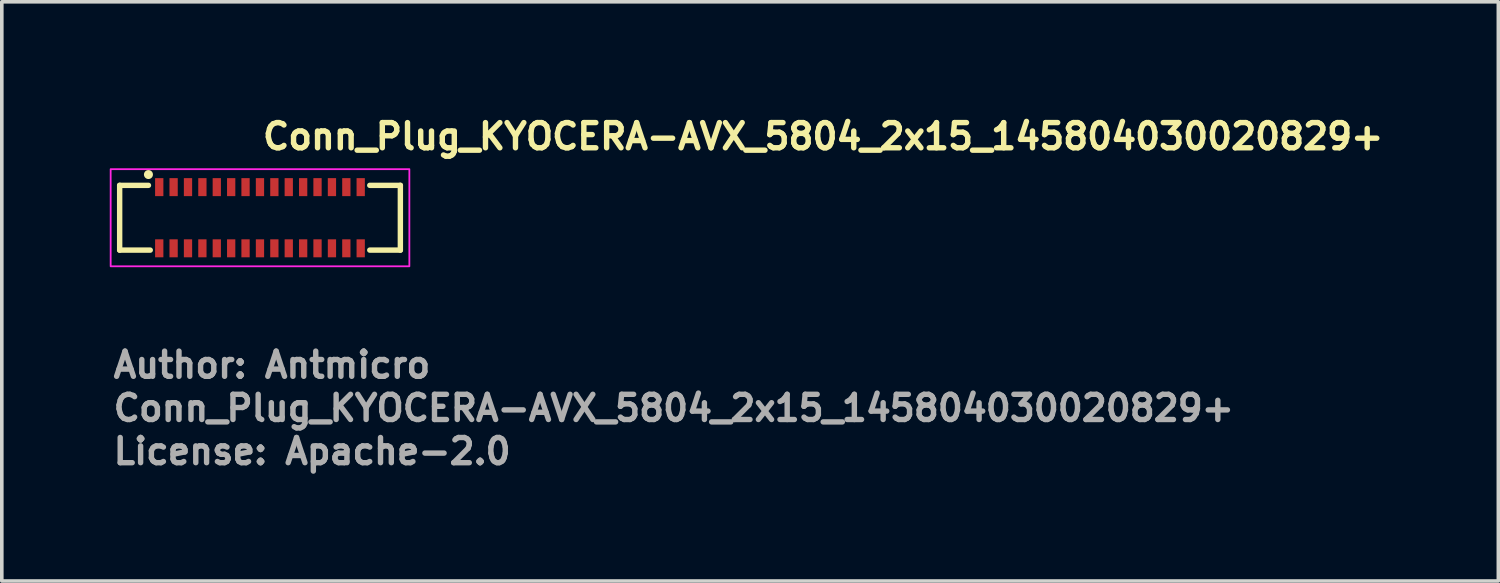
<source format=kicad_pcb>
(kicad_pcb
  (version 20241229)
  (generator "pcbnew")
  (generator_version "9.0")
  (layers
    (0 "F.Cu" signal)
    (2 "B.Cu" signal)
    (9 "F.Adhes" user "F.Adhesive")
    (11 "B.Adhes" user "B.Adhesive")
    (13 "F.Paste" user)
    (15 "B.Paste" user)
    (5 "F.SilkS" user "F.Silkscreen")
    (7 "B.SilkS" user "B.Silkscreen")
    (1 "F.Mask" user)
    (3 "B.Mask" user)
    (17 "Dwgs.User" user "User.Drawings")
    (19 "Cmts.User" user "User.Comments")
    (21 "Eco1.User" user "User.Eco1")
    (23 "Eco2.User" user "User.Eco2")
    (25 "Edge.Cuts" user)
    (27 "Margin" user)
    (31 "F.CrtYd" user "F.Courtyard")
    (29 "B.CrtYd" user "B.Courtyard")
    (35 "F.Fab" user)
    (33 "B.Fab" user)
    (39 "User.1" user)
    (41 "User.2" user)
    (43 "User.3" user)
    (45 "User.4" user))
  (footprint "Conn_Plug_KYOCERA-AVX_5804_2x15_145804030020829+"
    (layer "F.Cu")
    (at 4.175 3)
    (property "Reference" "Conn_Plug_KYOCERA-AVX_5804_2x15_145804030020829+" (at 0 -1.85 0) (layer "F.SilkS") (effects (font (size 0.7 0.7) (thickness 0.15)) (justify left bottom)))
    (attr smd)
    (fp_line (start -3.9 -0.9) (end -3.9 0.9) (stroke (width 0.15) (type solid)) (layer "F.SilkS"))
    (fp_line (start -3.9 -0.9) (end -3.1 -0.9) (stroke (width 0.15) (type solid)) (layer "F.SilkS"))
    (fp_line (start -3.9 0.9) (end -3.05 0.9) (stroke (width 0.15) (type solid)) (layer "F.SilkS"))
    (fp_line (start 3.9 -0.9) (end 3.05 -0.9) (stroke (width 0.15) (type solid)) (layer "F.SilkS"))
    (fp_line (start 3.9 0.9) (end 3.05 0.9) (stroke (width 0.15) (type solid)) (layer "F.SilkS"))
    (fp_line (start 3.9 0.9) (end 3.9 -0.9) (stroke (width 0.15) (type solid)) (layer "F.SilkS"))
    (fp_circle (center -3.1 -1.2) (end -3.05 -1.2) (stroke (width 0.15) (type solid)) (fill yes) (layer "F.SilkS"))
    (fp_rect (start -4.15 -1.35) (end 4.15 1.35) (stroke (width 0.05) (type solid)) (fill no) (layer "F.CrtYd"))
    (fp_rect (start -3.9 -0.9) (end 3.9 0.9) (stroke (width 0.1) (type solid)) (fill no) (layer "User.5"))
    (fp_line (start -3.9 -0.4) (end -3.88 -0.4) (stroke (width 0.02) (type solid)) (layer "User.9"))
    (fp_line (start -3.9 -0.25) (end -3.9 -0.4) (stroke (width 0.02) (type solid)) (layer "User.9"))
    (fp_line (start -3.9 0.25) (end -3.88 0.25) (stroke (width 0.02) (type solid)) (layer "User.9"))
    (fp_line (start -3.9 0.4) (end -3.9 0.25) (stroke (width 0.02) (type solid)) (layer "User.9"))
    (fp_line (start -3.88 -0.562) (end -3.878 -0.567) (stroke (width 0.02) (type solid)) (layer "User.9"))
    (fp_line (start -3.88 -0.557) (end -3.88 -0.562) (stroke (width 0.02) (type solid)) (layer "User.9"))
    (fp_line (start -3.88 -0.557) (end -3.88 -0.4) (stroke (width 0.02) (type solid)) (layer "User.9"))
    (fp_line (start -3.88 -0.557) (end -3.833 -0.548) (stroke (width 0.02) (type solid)) (layer "User.9"))
    (fp_line (start -3.88 -0.4) (end -3.88 -0.25) (stroke (width 0.02) (type solid)) (layer "User.9"))
    (fp_line (start -3.88 -0.25) (end -3.9 -0.25) (stroke (width 0.02) (type solid)) (layer "User.9"))
    (fp_line (start -3.88 0.25) (end -3.88 0.4) (stroke (width 0.02) (type solid)) (layer "User.9"))
    (fp_line (start -3.88 0.25) (end -3.833 0.25) (stroke (width 0.02) (type solid)) (layer "User.9"))
    (fp_line (start -3.88 0.4) (end -3.9 0.4) (stroke (width 0.02) (type solid)) (layer "User.9"))
    (fp_line (start -3.88 0.4) (end -3.88 0.557) (stroke (width 0.02) (type solid)) (layer "User.9"))
    (fp_line (start -3.88 0.557) (end -3.88 0.562) (stroke (width 0.02) (type solid)) (layer "User.9"))
    (fp_line (start -3.88 0.557) (end -3.868 0.555) (stroke (width 0.02) (type solid)) (layer "User.9"))
    (fp_line (start -3.88 0.562) (end -3.878 0.567) (stroke (width 0.02) (type solid)) (layer "User.9"))
    (fp_line (start -3.878 -0.576) (end -3.877 -0.581) (stroke (width 0.02) (type solid)) (layer "User.9"))
    (fp_line (start -3.878 -0.571) (end -3.878 -0.576) (stroke (width 0.02) (type solid)) (layer "User.9"))
    (fp_line (start -3.878 -0.567) (end -3.878 -0.571) (stroke (width 0.02) (type solid)) (layer "User.9"))
    (fp_line (start -3.878 0.567) (end -3.878 0.571) (stroke (width 0.02) (type solid)) (layer "User.9"))
    (fp_line (start -3.878 0.571) (end -3.878 0.576) (stroke (width 0.02) (type solid)) (layer "User.9"))
    (fp_line (start -3.878 0.576) (end -3.877 0.581) (stroke (width 0.02) (type solid)) (layer "User.9"))
    (fp_line (start -3.877 -0.581) (end -3.875 -0.586) (stroke (width 0.02) (type solid)) (layer "User.9"))
    (fp_line (start -3.877 0.581) (end -3.875 0.586) (stroke (width 0.02) (type solid)) (layer "User.9"))
    (fp_line (start -3.875 -0.586) (end -3.874 -0.59) (stroke (width 0.02) (type solid)) (layer "User.9"))
    (fp_line (start -3.875 0.586) (end -3.874 0.59) (stroke (width 0.02) (type solid)) (layer "User.9"))
    (fp_line (start -3.874 -0.59) (end -3.872 -0.595) (stroke (width 0.02) (type solid)) (layer "User.9"))
    (fp_line (start -3.874 0.59) (end -3.872 0.595) (stroke (width 0.02) (type solid)) (layer "User.9"))
    (fp_line (start -3.872 -0.595) (end -3.87 -0.599) (stroke (width 0.02) (type solid)) (layer "User.9"))
    (fp_line (start -3.872 0.595) (end -3.87 0.599) (stroke (width 0.02) (type solid)) (layer "User.9"))
    (fp_line (start -3.87 -0.599) (end -3.868 -0.604) (stroke (width 0.02) (type solid)) (layer "User.9"))
    (fp_line (start -3.87 0.599) (end -3.868 0.604) (stroke (width 0.02) (type solid)) (layer "User.9"))
    (fp_line (start -3.868 -0.604) (end -3.865 -0.608) (stroke (width 0.02) (type solid)) (layer "User.9"))
    (fp_line (start -3.868 0.555) (end -3.833 0.548) (stroke (width 0.02) (type solid)) (layer "User.9"))
    (fp_line (start -3.868 0.604) (end -3.865 0.608) (stroke (width 0.02) (type solid)) (layer "User.9"))
    (fp_line (start -3.865 -0.608) (end -3.862 -0.612) (stroke (width 0.02) (type solid)) (layer "User.9"))
    (fp_line (start -3.865 0.608) (end -3.862 0.612) (stroke (width 0.02) (type solid)) (layer "User.9"))
    (fp_line (start -3.862 -0.612) (end -3.859 -0.616) (stroke (width 0.02) (type solid)) (layer "User.9"))
    (fp_line (start -3.862 0.612) (end -3.859 0.616) (stroke (width 0.02) (type solid)) (layer "User.9"))
    (fp_line (start -3.859 -0.616) (end -3.856 -0.62) (stroke (width 0.02) (type solid)) (layer "User.9"))
    (fp_line (start -3.859 0.616) (end -3.856 0.62) (stroke (width 0.02) (type solid)) (layer "User.9"))
    (fp_line (start -3.856 -0.62) (end -3.852 -0.624) (stroke (width 0.02) (type solid)) (layer "User.9"))
    (fp_line (start -3.856 0.62) (end -3.852 0.624) (stroke (width 0.02) (type solid)) (layer "User.9"))
    (fp_line (start -3.852 -0.624) (end -3.849 -0.627) (stroke (width 0.02) (type solid)) (layer "User.9"))
    (fp_line (start -3.852 0.624) (end -3.849 0.627) (stroke (width 0.02) (type solid)) (layer "User.9"))
    (fp_line (start -3.849 -0.627) (end -3.846 -0.631) (stroke (width 0.02) (type solid)) (layer "User.9"))
    (fp_line (start -3.849 0.627) (end -3.846 0.631) (stroke (width 0.02) (type solid)) (layer "User.9"))
    (fp_line (start -3.846 -0.631) (end -3.842 -0.634) (stroke (width 0.02) (type solid)) (layer "User.9"))
    (fp_line (start -3.846 0.631) (end -3.842 0.634) (stroke (width 0.02) (type solid)) (layer "User.9"))
    (fp_line (start -3.842 -0.634) (end -3.839 -0.637) (stroke (width 0.02) (type solid)) (layer "User.9"))
    (fp_line (start -3.842 0.634) (end -3.839 0.637) (stroke (width 0.02) (type solid)) (layer "User.9"))
    (fp_line (start -3.839 -0.637) (end -3.835 -0.64) (stroke (width 0.02) (type solid)) (layer "User.9"))
    (fp_line (start -3.839 0.637) (end -3.835 0.64) (stroke (width 0.02) (type solid)) (layer "User.9"))
    (fp_line (start -3.835 -0.64) (end -3.83 -0.643) (stroke (width 0.02) (type solid)) (layer "User.9"))
    (fp_line (start -3.835 0.64) (end -3.83 0.643) (stroke (width 0.02) (type solid)) (layer "User.9"))
    (fp_line (start -3.833 -0.548) (end -3.83 -0.553) (stroke (width 0.02) (type solid)) (layer "User.9"))
    (fp_line (start -3.833 -0.25) (end -3.88 -0.25) (stroke (width 0.02) (type solid)) (layer "User.9"))
    (fp_line (start -3.833 0.25) (end -3.81 0.25) (stroke (width 0.02) (type solid)) (layer "User.9"))
    (fp_line (start -3.83 -0.643) (end -3.826 -0.645) (stroke (width 0.02) (type solid)) (layer "User.9"))
    (fp_line (start -3.83 -0.553) (end -3.827 -0.557) (stroke (width 0.02) (type solid)) (layer "User.9"))
    (fp_line (start -3.83 0.553) (end -3.833 0.548) (stroke (width 0.02) (type solid)) (layer "User.9"))
    (fp_line (start -3.83 0.643) (end -3.826 0.645) (stroke (width 0.02) (type solid)) (layer "User.9"))
    (fp_line (start -3.827 -0.557) (end -3.825 -0.562) (stroke (width 0.02) (type solid)) (layer "User.9"))
    (fp_line (start -3.827 0.557) (end -3.83 0.553) (stroke (width 0.02) (type solid)) (layer "User.9"))
    (fp_line (start -3.826 -0.645) (end -3.822 -0.648) (stroke (width 0.02) (type solid)) (layer "User.9"))
    (fp_line (start -3.826 0.645) (end -3.822 0.648) (stroke (width 0.02) (type solid)) (layer "User.9"))
    (fp_line (start -3.825 -0.562) (end -3.82 -0.566) (stroke (width 0.02) (type solid)) (layer "User.9"))
    (fp_line (start -3.825 0.562) (end -3.827 0.557) (stroke (width 0.02) (type solid)) (layer "User.9"))
    (fp_line (start -3.822 -0.648) (end -3.817 -0.65) (stroke (width 0.02) (type solid)) (layer "User.9"))
    (fp_line (start -3.822 0.648) (end -3.817 0.65) (stroke (width 0.02) (type solid)) (layer "User.9"))
    (fp_line (start -3.82 -0.566) (end -3.817 -0.571) (stroke (width 0.02) (type solid)) (layer "User.9"))
    (fp_line (start -3.82 0.566) (end -3.825 0.562) (stroke (width 0.02) (type solid)) (layer "User.9"))
    (fp_line (start -3.817 -0.65) (end -3.813 -0.652) (stroke (width 0.02) (type solid)) (layer "User.9"))
    (fp_line (start -3.817 -0.571) (end -3.814 -0.575) (stroke (width 0.02) (type solid)) (layer "User.9"))
    (fp_line (start -3.817 0.571) (end -3.82 0.566) (stroke (width 0.02) (type solid)) (layer "User.9"))
    (fp_line (start -3.817 0.65) (end -3.813 0.652) (stroke (width 0.02) (type solid)) (layer "User.9"))
    (fp_line (start -3.814 -0.575) (end -3.81 -0.579) (stroke (width 0.02) (type solid)) (layer "User.9"))
    (fp_line (start -3.814 0.575) (end -3.817 0.571) (stroke (width 0.02) (type solid)) (layer "User.9"))
    (fp_line (start -3.813 -0.652) (end -3.807 -0.653) (stroke (width 0.02) (type solid)) (layer "User.9"))
    (fp_line (start -3.813 0.652) (end -3.807 0.653) (stroke (width 0.02) (type solid)) (layer "User.9"))
    (fp_line (start -3.81 -0.579) (end -3.806 -0.583) (stroke (width 0.02) (type solid)) (layer "User.9"))
    (fp_line (start -3.81 -0.25) (end -3.833 -0.25) (stroke (width 0.02) (type solid)) (layer "User.9"))
    (fp_line (start -3.81 0.25) (end -3.81 -0.25) (stroke (width 0.02) (type solid)) (layer "User.9"))
    (fp_line (start -3.81 0.579) (end -3.814 0.575) (stroke (width 0.02) (type solid)) (layer "User.9"))
    (fp_line (start -3.807 -0.653) (end -3.803 -0.655) (stroke (width 0.02) (type solid)) (layer "User.9"))
    (fp_line (start -3.807 0.653) (end -3.803 0.655) (stroke (width 0.02) (type solid)) (layer "User.9"))
    (fp_line (start -3.806 -0.583) (end -3.801 -0.587) (stroke (width 0.02) (type solid)) (layer "User.9"))
    (fp_line (start -3.806 0.583) (end -3.81 0.579) (stroke (width 0.02) (type solid)) (layer "User.9"))
    (fp_line (start -3.803 -0.655) (end -3.798 -0.656) (stroke (width 0.02) (type solid)) (layer "User.9"))
    (fp_line (start -3.803 0.655) (end -3.798 0.656) (stroke (width 0.02) (type solid)) (layer "User.9"))
    (fp_line (start -3.801 -0.587) (end -3.798 -0.591) (stroke (width 0.02) (type solid)) (layer "User.9"))
    (fp_line (start -3.801 0.587) (end -3.806 0.583) (stroke (width 0.02) (type solid)) (layer "User.9"))
    (fp_line (start -3.798 -0.656) (end -3.794 -0.656) (stroke (width 0.02) (type solid)) (layer "User.9"))
    (fp_line (start -3.798 -0.591) (end -3.793 -0.595) (stroke (width 0.02) (type solid)) (layer "User.9"))
    (fp_line (start -3.798 0.591) (end -3.801 0.587) (stroke (width 0.02) (type solid)) (layer "User.9"))
    (fp_line (start -3.798 0.656) (end -3.794 0.656) (stroke (width 0.02) (type solid)) (layer "User.9"))
    (fp_line (start -3.794 -0.656) (end -3.788 -0.657) (stroke (width 0.02) (type solid)) (layer "User.9"))
    (fp_line (start -3.794 0.656) (end -3.788 0.657) (stroke (width 0.02) (type solid)) (layer "User.9"))
    (fp_line (start -3.793 -0.595) (end -3.788 -0.599) (stroke (width 0.02) (type solid)) (layer "User.9"))
    (fp_line (start -3.793 0.595) (end -3.798 0.591) (stroke (width 0.02) (type solid)) (layer "User.9"))
    (fp_line (start -3.788 -0.657) (end -3.784 -0.657) (stroke (width 0.02) (type solid)) (layer "User.9"))
    (fp_line (start -3.788 -0.599) (end -3.784 -0.602) (stroke (width 0.02) (type solid)) (layer "User.9"))
    (fp_line (start -3.788 0.599) (end -3.793 0.595) (stroke (width 0.02) (type solid)) (layer "User.9"))
    (fp_line (start -3.788 0.657) (end -3.784 0.657) (stroke (width 0.02) (type solid)) (layer "User.9"))
    (fp_line (start -3.784 -0.657) (end -3.779 -0.657) (stroke (width 0.02) (type solid)) (layer "User.9"))
    (fp_line (start -3.784 -0.602) (end -3.779 -0.605) (stroke (width 0.02) (type solid)) (layer "User.9"))
    (fp_line (start -3.784 0.602) (end -3.788 0.599) (stroke (width 0.02) (type solid)) (layer "User.9"))
    (fp_line (start -3.784 0.657) (end -3.779 0.657) (stroke (width 0.02) (type solid)) (layer "User.9"))
    (fp_line (start -3.779 -0.657) (end -3.769 -0.611) (stroke (width 0.02) (type solid)) (layer "User.9"))
    (fp_line (start -3.779 -0.657) (end -3.349 -0.657) (stroke (width 0.02) (type solid)) (layer "User.9"))
    (fp_line (start -3.779 -0.605) (end -3.775 -0.609) (stroke (width 0.02) (type solid)) (layer "User.9"))
    (fp_line (start -3.779 0.605) (end -3.784 0.602) (stroke (width 0.02) (type solid)) (layer "User.9"))
    (fp_line (start -3.779 0.657) (end -3.769 0.611) (stroke (width 0.02) (type solid)) (layer "User.9"))
    (fp_line (start -3.775 -0.609) (end -3.769 -0.611) (stroke (width 0.02) (type solid)) (layer "User.9"))
    (fp_line (start -3.775 0.609) (end -3.779 0.605) (stroke (width 0.02) (type solid)) (layer "User.9"))
    (fp_line (start -3.769 -0.611) (end -3.349 -0.61) (stroke (width 0.02) (type solid)) (layer "User.9"))
    (fp_line (start -3.769 0.611) (end -3.775 0.609) (stroke (width 0.02) (type solid)) (layer "User.9"))
    (fp_line (start -3.763 -0.477) (end -3.761 -0.482) (stroke (width 0.02) (type solid)) (layer "User.9"))
    (fp_line (start -3.763 0.477) (end -3.756 0.477) (stroke (width 0.02) (type solid)) (layer "User.9"))
    (fp_line (start -3.761 -0.482) (end -3.758 -0.487) (stroke (width 0.02) (type solid)) (layer "User.9"))
    (fp_line (start -3.761 0.482) (end -3.763 0.477) (stroke (width 0.02) (type solid)) (layer "User.9"))
    (fp_line (start -3.758 -0.487) (end -3.753 -0.492) (stroke (width 0.02) (type solid)) (layer "User.9"))
    (fp_line (start -3.758 0.487) (end -3.761 0.482) (stroke (width 0.02) (type solid)) (layer "User.9"))
    (fp_line (start -3.756 -0.477) (end -3.763 -0.477) (stroke (width 0.02) (type solid)) (layer "User.9"))
    (fp_line (start -3.756 0.477) (end -3.75 0.478) (stroke (width 0.02) (type solid)) (layer "User.9"))
    (fp_line (start -3.753 -0.492) (end -3.75 -0.497) (stroke (width 0.02) (type solid)) (layer "User.9"))
    (fp_line (start -3.753 0.492) (end -3.758 0.487) (stroke (width 0.02) (type solid)) (layer "User.9"))
    (fp_line (start -3.75 -0.497) (end -3.747 -0.501) (stroke (width 0.02) (type solid)) (layer "User.9"))
    (fp_line (start -3.75 -0.478) (end -3.756 -0.477) (stroke (width 0.02) (type solid)) (layer "User.9"))
    (fp_line (start -3.75 0.478) (end -3.742 0.478) (stroke (width 0.02) (type solid)) (layer "User.9"))
    (fp_line (start -3.75 0.497) (end -3.753 0.492) (stroke (width 0.02) (type solid)) (layer "User.9"))
    (fp_line (start -3.747 -0.501) (end -3.743 -0.506) (stroke (width 0.02) (type solid)) (layer "User.9"))
    (fp_line (start -3.747 0.501) (end -3.75 0.497) (stroke (width 0.02) (type solid)) (layer "User.9"))
    (fp_line (start -3.743 -0.506) (end -3.74 -0.51) (stroke (width 0.02) (type solid)) (layer "User.9"))
    (fp_line (start -3.743 0.506) (end -3.747 0.501) (stroke (width 0.02) (type solid)) (layer "User.9"))
    (fp_line (start -3.742 -0.478) (end -3.75 -0.478) (stroke (width 0.02) (type solid)) (layer "User.9"))
    (fp_line (start -3.742 0.478) (end -3.734 0.479) (stroke (width 0.02) (type solid)) (layer "User.9"))
    (fp_line (start -3.74 -0.51) (end -3.736 -0.514) (stroke (width 0.02) (type solid)) (layer "User.9"))
    (fp_line (start -3.74 0.51) (end -3.743 0.506) (stroke (width 0.02) (type solid)) (layer "User.9"))
    (fp_line (start -3.736 -0.514) (end -3.731 -0.518) (stroke (width 0.02) (type solid)) (layer "User.9"))
    (fp_line (start -3.736 0.514) (end -3.74 0.51) (stroke (width 0.02) (type solid)) (layer "User.9"))
    (fp_line (start -3.734 -0.479) (end -3.742 -0.478) (stroke (width 0.02) (type solid)) (layer "User.9"))
    (fp_line (start -3.734 0.479) (end -3.726 0.48) (stroke (width 0.02) (type solid)) (layer "User.9"))
    (fp_line (start -3.731 -0.518) (end -3.727 -0.522) (stroke (width 0.02) (type solid)) (layer "User.9"))
    (fp_line (start -3.731 0.518) (end -3.736 0.514) (stroke (width 0.02) (type solid)) (layer "User.9"))
    (fp_line (start -3.727 -0.522) (end -3.724 -0.525) (stroke (width 0.02) (type solid)) (layer "User.9"))
    (fp_line (start -3.727 0.522) (end -3.731 0.518) (stroke (width 0.02) (type solid)) (layer "User.9"))
    (fp_line (start -3.726 -0.48) (end -3.734 -0.479) (stroke (width 0.02) (type solid)) (layer "User.9"))
    (fp_line (start -3.726 0.48) (end -3.718 0.481) (stroke (width 0.02) (type solid)) (layer "User.9"))
    (fp_line (start -3.724 -0.525) (end -3.718 -0.529) (stroke (width 0.02) (type solid)) (layer "User.9"))
    (fp_line (start -3.724 0.525) (end -3.727 0.522) (stroke (width 0.02) (type solid)) (layer "User.9"))
    (fp_line (start -3.718 -0.529) (end -3.715 -0.532) (stroke (width 0.02) (type solid)) (layer "User.9"))
    (fp_line (start -3.718 -0.481) (end -3.726 -0.48) (stroke (width 0.02) (type solid)) (layer "User.9"))
    (fp_line (start -3.718 0.481) (end -3.708 0.482) (stroke (width 0.02) (type solid)) (layer "User.9"))
    (fp_line (start -3.718 0.529) (end -3.724 0.525) (stroke (width 0.02) (type solid)) (layer "User.9"))
    (fp_line (start -3.715 -0.532) (end -3.71 -0.535) (stroke (width 0.02) (type solid)) (layer "User.9"))
    (fp_line (start -3.715 0.532) (end -3.718 0.529) (stroke (width 0.02) (type solid)) (layer "User.9"))
    (fp_line (start -3.71 -0.535) (end -3.705 -0.538) (stroke (width 0.02) (type solid)) (layer "User.9"))
    (fp_line (start -3.71 0.535) (end -3.715 0.532) (stroke (width 0.02) (type solid)) (layer "User.9"))
    (fp_line (start -3.708 -0.482) (end -3.718 -0.481) (stroke (width 0.02) (type solid)) (layer "User.9"))
    (fp_line (start -3.708 0.482) (end -3.7 0.484) (stroke (width 0.02) (type solid)) (layer "User.9"))
    (fp_line (start -3.705 -0.538) (end -3.7 -0.541) (stroke (width 0.02) (type solid)) (layer "User.9"))
    (fp_line (start -3.705 0.538) (end -3.71 0.535) (stroke (width 0.02) (type solid)) (layer "User.9"))
    (fp_line (start -3.7 -0.541) (end -3.7 -0.484) (stroke (width 0.02) (type solid)) (layer "User.9"))
    (fp_line (start -3.7 -0.484) (end -3.708 -0.482) (stroke (width 0.02) (type solid)) (layer "User.9"))
    (fp_line (start -3.7 0.484) (end -3.7 -0.484) (stroke (width 0.02) (type solid)) (layer "User.9"))
    (fp_line (start -3.7 0.541) (end -3.705 0.538) (stroke (width 0.02) (type solid)) (layer "User.9"))
    (fp_line (start -3.7 0.541) (end -3.7 0.484) (stroke (width 0.02) (type solid)) (layer "User.9"))
    (fp_line (start -3.5 -0.425) (end -3.499 -0.419) (stroke (width 0.02) (type solid)) (layer "User.9"))
    (fp_line (start -3.5 -0.425) (end -3.471 -0.425) (stroke (width 0.02) (type solid)) (layer "User.9"))
    (fp_line (start -3.5 0.425) (end -3.5 -0.425) (stroke (width 0.02) (type solid)) (layer "User.9"))
    (fp_line (start -3.499 -0.419) (end -3.499 -0.413) (stroke (width 0.02) (type solid)) (layer "User.9"))
    (fp_line (start -3.499 -0.413) (end -3.499 -0.407) (stroke (width 0.02) (type solid)) (layer "User.9"))
    (fp_line (start -3.499 -0.407) (end -3.497 -0.401) (stroke (width 0.02) (type solid)) (layer "User.9"))
    (fp_line (start -3.499 0.406) (end -3.499 0.412) (stroke (width 0.02) (type solid)) (layer "User.9"))
    (fp_line (start -3.499 0.412) (end -3.499 0.418) (stroke (width 0.02) (type solid)) (layer "User.9"))
    (fp_line (start -3.499 0.418) (end -3.5 0.425) (stroke (width 0.02) (type solid)) (layer "User.9"))
    (fp_line (start -3.497 -0.401) (end -3.497 -0.395) (stroke (width 0.02) (type solid)) (layer "User.9"))
    (fp_line (start -3.497 -0.395) (end -3.497 -0.389) (stroke (width 0.02) (type solid)) (layer "User.9"))
    (fp_line (start -3.497 -0.389) (end -3.496 -0.383) (stroke (width 0.02) (type solid)) (layer "User.9"))
    (fp_line (start -3.497 0.389) (end -3.497 0.394) (stroke (width 0.02) (type solid)) (layer "User.9"))
    (fp_line (start -3.497 0.394) (end -3.497 0.4) (stroke (width 0.02) (type solid)) (layer "User.9"))
    (fp_line (start -3.497 0.4) (end -3.499 0.406) (stroke (width 0.02) (type solid)) (layer "User.9"))
    (fp_line (start -3.496 -0.383) (end -3.493 -0.377) (stroke (width 0.02) (type solid)) (layer "User.9"))
    (fp_line (start -3.496 0.383) (end -3.497 0.389) (stroke (width 0.02) (type solid)) (layer "User.9"))
    (fp_line (start -3.493 -0.377) (end -3.493 -0.372) (stroke (width 0.02) (type solid)) (layer "User.9"))
    (fp_line (start -3.493 -0.372) (end -3.49 -0.366) (stroke (width 0.02) (type solid)) (layer "User.9"))
    (fp_line (start -3.493 0.372) (end -3.493 0.377) (stroke (width 0.02) (type solid)) (layer "User.9"))
    (fp_line (start -3.493 0.377) (end -3.496 0.383) (stroke (width 0.02) (type solid)) (layer "User.9"))
    (fp_line (start -3.49 -0.366) (end -3.49 -0.36) (stroke (width 0.02) (type solid)) (layer "User.9"))
    (fp_line (start -3.49 -0.36) (end -3.487 -0.355) (stroke (width 0.02) (type solid)) (layer "User.9"))
    (fp_line (start -3.49 0.361) (end -3.49 0.366) (stroke (width 0.02) (type solid)) (layer "User.9"))
    (fp_line (start -3.49 0.366) (end -3.493 0.372) (stroke (width 0.02) (type solid)) (layer "User.9"))
    (fp_line (start -3.487 -0.355) (end -3.486 -0.35) (stroke (width 0.02) (type solid)) (layer "User.9"))
    (fp_line (start -3.487 0.355) (end -3.49 0.361) (stroke (width 0.02) (type solid)) (layer "User.9"))
    (fp_line (start -3.486 -0.35) (end -3.484 -0.344) (stroke (width 0.02) (type solid)) (layer "User.9"))
    (fp_line (start -3.486 0.35) (end -3.487 0.355) (stroke (width 0.02) (type solid)) (layer "User.9"))
    (fp_line (start -3.484 -0.344) (end -3.481 -0.34) (stroke (width 0.02) (type solid)) (layer "User.9"))
    (fp_line (start -3.484 0.345) (end -3.486 0.35) (stroke (width 0.02) (type solid)) (layer "User.9"))
    (fp_line (start -3.481 -0.34) (end -3.479 -0.335) (stroke (width 0.02) (type solid)) (layer "User.9"))
    (fp_line (start -3.481 0.34) (end -3.484 0.345) (stroke (width 0.02) (type solid)) (layer "User.9"))
    (fp_line (start -3.479 -0.335) (end -3.479 -0.335) (stroke (width 0.02) (type solid)) (layer "User.9"))
    (fp_line (start -3.479 -0.335) (end -3.477 -0.332) (stroke (width 0.02) (type solid)) (layer "User.9"))
    (fp_line (start -3.479 0.335) (end -3.481 0.34) (stroke (width 0.02) (type solid)) (layer "User.9"))
    (fp_line (start -3.479 0.335) (end -3.479 0.335) (stroke (width 0.02) (type solid)) (layer "User.9"))
    (fp_line (start -3.477 -0.332) (end -3.474 -0.329) (stroke (width 0.02) (type solid)) (layer "User.9"))
    (fp_line (start -3.477 0.332) (end -3.479 0.335) (stroke (width 0.02) (type solid)) (layer "User.9"))
    (fp_line (start -3.474 -0.329) (end -3.473 -0.326) (stroke (width 0.02) (type solid)) (layer "User.9"))
    (fp_line (start -3.474 0.329) (end -3.477 0.332) (stroke (width 0.02) (type solid)) (layer "User.9"))
    (fp_line (start -3.473 -0.326) (end -3.471 -0.323) (stroke (width 0.02) (type solid)) (layer "User.9"))
    (fp_line (start -3.473 0.326) (end -3.474 0.329) (stroke (width 0.02) (type solid)) (layer "User.9"))
    (fp_line (start -3.471 -0.541) (end -3.468 -0.538) (stroke (width 0.02) (type solid)) (layer "User.9"))
    (fp_line (start -3.471 -0.323) (end -3.468 -0.32) (stroke (width 0.02) (type solid)) (layer "User.9"))
    (fp_line (start -3.471 0.323) (end -3.473 0.326) (stroke (width 0.02) (type solid)) (layer "User.9"))
    (fp_line (start -3.471 0.425) (end -3.5 0.425) (stroke (width 0.02) (type solid)) (layer "User.9"))
    (fp_line (start -3.471 0.425) (end -3.429 0.425) (stroke (width 0.02) (type solid)) (layer "User.9"))
    (fp_line (start -3.471 0.541) (end -3.349 0.61) (stroke (width 0.02) (type solid)) (layer "User.9"))
    (fp_line (start -3.468 -0.538) (end -3.465 -0.535) (stroke (width 0.02) (type solid)) (layer "User.9"))
    (fp_line (start -3.468 -0.32) (end -3.466 -0.317) (stroke (width 0.02) (type solid)) (layer "User.9"))
    (fp_line (start -3.468 0.32) (end -3.471 0.323) (stroke (width 0.02) (type solid)) (layer "User.9"))
    (fp_line (start -3.468 0.538) (end -3.471 0.541) (stroke (width 0.02) (type solid)) (layer "User.9"))
    (fp_line (start -3.466 -0.317) (end -3.463 -0.314) (stroke (width 0.02) (type solid)) (layer "User.9"))
    (fp_line (start -3.466 0.317) (end -3.468 0.32) (stroke (width 0.02) (type solid)) (layer "User.9"))
    (fp_line (start -3.465 -0.535) (end -3.461 -0.532) (stroke (width 0.02) (type solid)) (layer "User.9"))
    (fp_line (start -3.465 0.535) (end -3.468 0.538) (stroke (width 0.02) (type solid)) (layer "User.9"))
    (fp_line (start -3.463 -0.314) (end -3.461 -0.311) (stroke (width 0.02) (type solid)) (layer "User.9"))
    (fp_line (start -3.463 0.314) (end -3.466 0.317) (stroke (width 0.02) (type solid)) (layer "User.9"))
    (fp_line (start -3.461 -0.532) (end -3.458 -0.528) (stroke (width 0.02) (type solid)) (layer "User.9"))
    (fp_line (start -3.461 -0.311) (end -3.457 -0.309) (stroke (width 0.02) (type solid)) (layer "User.9"))
    (fp_line (start -3.461 0.312) (end -3.463 0.314) (stroke (width 0.02) (type solid)) (layer "User.9"))
    (fp_line (start -3.461 0.532) (end -3.465 0.535) (stroke (width 0.02) (type solid)) (layer "User.9"))
    (fp_line (start -3.458 -0.528) (end -3.457 -0.525) (stroke (width 0.02) (type solid)) (layer "User.9"))
    (fp_line (start -3.458 0.528) (end -3.461 0.532) (stroke (width 0.02) (type solid)) (layer "User.9"))
    (fp_line (start -3.457 -0.525) (end -3.454 -0.522) (stroke (width 0.02) (type solid)) (layer "User.9"))
    (fp_line (start -3.457 -0.309) (end -3.455 -0.308) (stroke (width 0.02) (type solid)) (layer "User.9"))
    (fp_line (start -3.457 0.309) (end -3.461 0.312) (stroke (width 0.02) (type solid)) (layer "User.9"))
    (fp_line (start -3.457 0.525) (end -3.458 0.528) (stroke (width 0.02) (type solid)) (layer "User.9"))
    (fp_line (start -3.455 -0.308) (end -3.454 -0.307) (stroke (width 0.02) (type solid)) (layer "User.9"))
    (fp_line (start -3.454 -0.522) (end -3.451 -0.518) (stroke (width 0.02) (type solid)) (layer "User.9"))
    (fp_line (start -3.454 -0.307) (end -3.452 -0.306) (stroke (width 0.02) (type solid)) (layer "User.9"))
    (fp_line (start -3.454 0.307) (end -3.457 0.309) (stroke (width 0.02) (type solid)) (layer "User.9"))
    (fp_line (start -3.454 0.522) (end -3.457 0.525) (stroke (width 0.02) (type solid)) (layer "User.9"))
    (fp_line (start -3.452 -0.306) (end -3.451 -0.305) (stroke (width 0.02) (type solid)) (layer "User.9"))
    (fp_line (start -3.452 0.306) (end -3.454 0.307) (stroke (width 0.02) (type solid)) (layer "User.9"))
    (fp_line (start -3.451 -0.518) (end -3.448 -0.515) (stroke (width 0.02) (type solid)) (layer "User.9"))
    (fp_line (start -3.451 -0.305) (end -3.448 -0.304) (stroke (width 0.02) (type solid)) (layer "User.9"))
    (fp_line (start -3.451 0.305) (end -3.452 0.306) (stroke (width 0.02) (type solid)) (layer "User.9"))
    (fp_line (start -3.451 0.518) (end -3.454 0.522) (stroke (width 0.02) (type solid)) (layer "User.9"))
    (fp_line (start -3.448 -0.515) (end -3.445 -0.511) (stroke (width 0.02) (type solid)) (layer "User.9"))
    (fp_line (start -3.448 -0.304) (end -3.447 -0.303) (stroke (width 0.02) (type solid)) (layer "User.9"))
    (fp_line (start -3.448 0.304) (end -3.451 0.305) (stroke (width 0.02) (type solid)) (layer "User.9"))
    (fp_line (start -3.448 0.515) (end -3.451 0.518) (stroke (width 0.02) (type solid)) (layer "User.9"))
    (fp_line (start -3.447 -0.303) (end -3.445 -0.302) (stroke (width 0.02) (type solid)) (layer "User.9"))
    (fp_line (start -3.447 0.303) (end -3.448 0.304) (stroke (width 0.02) (type solid)) (layer "User.9"))
    (fp_line (start -3.445 -0.511) (end -3.444 -0.507) (stroke (width 0.02) (type solid)) (layer "User.9"))
    (fp_line (start -3.445 -0.302) (end -3.444 -0.301) (stroke (width 0.02) (type solid)) (layer "User.9"))
    (fp_line (start -3.445 0.302) (end -3.447 0.303) (stroke (width 0.02) (type solid)) (layer "User.9"))
    (fp_line (start -3.445 0.511) (end -3.448 0.515) (stroke (width 0.02) (type solid)) (layer "User.9"))
    (fp_line (start -3.444 -0.507) (end -3.442 -0.504) (stroke (width 0.02) (type solid)) (layer "User.9"))
    (fp_line (start -3.444 -0.301) (end -3.442 -0.301) (stroke (width 0.02) (type solid)) (layer "User.9"))
    (fp_line (start -3.444 0.302) (end -3.445 0.302) (stroke (width 0.02) (type solid)) (layer "User.9"))
    (fp_line (start -3.444 0.507) (end -3.445 0.511) (stroke (width 0.02) (type solid)) (layer "User.9"))
    (fp_line (start -3.442 -0.504) (end -3.439 -0.5) (stroke (width 0.02) (type solid)) (layer "User.9"))
    (fp_line (start -3.442 -0.301) (end -3.439 -0.3) (stroke (width 0.02) (type solid)) (layer "User.9"))
    (fp_line (start -3.442 0.301) (end -3.444 0.302) (stroke (width 0.02) (type solid)) (layer "User.9"))
    (fp_line (start -3.442 0.504) (end -3.444 0.507) (stroke (width 0.02) (type solid)) (layer "User.9"))
    (fp_line (start -3.439 -0.5) (end -3.436 -0.496) (stroke (width 0.02) (type solid)) (layer "User.9"))
    (fp_line (start -3.439 -0.3) (end -3.438 -0.3) (stroke (width 0.02) (type solid)) (layer "User.9"))
    (fp_line (start -3.439 0.301) (end -3.442 0.301) (stroke (width 0.02) (type solid)) (layer "User.9"))
    (fp_line (start -3.439 0.5) (end -3.442 0.504) (stroke (width 0.02) (type solid)) (layer "User.9"))
    (fp_line (start -3.438 -0.3) (end -3.436 -0.3) (stroke (width 0.02) (type solid)) (layer "User.9"))
    (fp_line (start -3.438 0.3) (end -3.439 0.301) (stroke (width 0.02) (type solid)) (layer "User.9"))
    (fp_line (start -3.436 -0.496) (end -3.435 -0.492) (stroke (width 0.02) (type solid)) (layer "User.9"))
    (fp_line (start -3.436 -0.3) (end -3.432 -0.3) (stroke (width 0.02) (type solid)) (layer "User.9"))
    (fp_line (start -3.436 0.3) (end -3.438 0.3) (stroke (width 0.02) (type solid)) (layer "User.9"))
    (fp_line (start -3.436 0.496) (end -3.439 0.5) (stroke (width 0.02) (type solid)) (layer "User.9"))
    (fp_line (start -3.435 -0.492) (end -3.432 -0.488) (stroke (width 0.02) (type solid)) (layer "User.9"))
    (fp_line (start -3.435 0.492) (end -3.436 0.496) (stroke (width 0.02) (type solid)) (layer "User.9"))
    (fp_line (start -3.432 -0.488) (end -3.429 -0.484) (stroke (width 0.02) (type solid)) (layer "User.9"))
    (fp_line (start -3.432 -0.3) (end -3.431 -0.3) (stroke (width 0.02) (type solid)) (layer "User.9"))
    (fp_line (start -3.432 0.3) (end -3.436 0.3) (stroke (width 0.02) (type solid)) (layer "User.9"))
    (fp_line (start -3.432 0.488) (end -3.435 0.492) (stroke (width 0.02) (type solid)) (layer "User.9"))
    (fp_line (start -3.431 -0.3) (end 3.432 -0.3) (stroke (width 0.02) (type solid)) (layer "User.9"))
    (fp_line (start -3.431 0.3) (end -3.432 0.3) (stroke (width 0.02) (type solid)) (layer "User.9"))
    (fp_line (start -3.429 -0.484) (end -3.349 -0.532) (stroke (width 0.02) (type solid)) (layer "User.9"))
    (fp_line (start -3.429 -0.425) (end -3.471 -0.425) (stroke (width 0.02) (type solid)) (layer "User.9"))
    (fp_line (start -3.429 0.425) (end -3.349 0.425) (stroke (width 0.02) (type solid)) (layer "User.9"))
    (fp_line (start -3.429 0.484) (end -3.432 0.488) (stroke (width 0.02) (type solid)) (layer "User.9"))
    (fp_line (start -3.349 -0.657) (end -3.15 -0.569) (stroke (width 0.02) (type solid)) (layer "User.9"))
    (fp_line (start -3.349 -0.61) (end -3.471 -0.541) (stroke (width 0.02) (type solid)) (layer "User.9"))
    (fp_line (start -3.349 -0.61) (end -3.349 -0.657) (stroke (width 0.02) (type solid)) (layer "User.9"))
    (fp_line (start -3.349 -0.586) (end -3.349 -0.61) (stroke (width 0.02) (type solid)) (layer "User.9"))
    (fp_line (start -3.349 -0.532) (end -3.349 -0.586) (stroke (width 0.02) (type solid)) (layer "User.9"))
    (fp_line (start -3.349 -0.425) (end -3.429 -0.425) (stroke (width 0.02) (type solid)) (layer "User.9"))
    (fp_line (start -3.349 -0.425) (end -3.349 -0.532) (stroke (width 0.02) (type solid)) (layer "User.9"))
    (fp_line (start -3.349 -0.3) (end -3.349 0.3) (stroke (width 0.02) (type solid)) (layer "User.9"))
    (fp_line (start -3.349 0.532) (end -3.429 0.484) (stroke (width 0.02) (type solid)) (layer "User.9"))
    (fp_line (start -3.349 0.532) (end -3.349 0.425) (stroke (width 0.02) (type solid)) (layer "User.9"))
    (fp_line (start -3.349 0.539) (end -3.349 0.532) (stroke (width 0.02) (type solid)) (layer "User.9"))
    (fp_line (start -3.349 0.61) (end -3.769 0.611) (stroke (width 0.02) (type solid)) (layer "User.9"))
    (fp_line (start -3.349 0.61) (end -3.348 0.586) (stroke (width 0.02) (type solid)) (layer "User.9"))
    (fp_line (start -3.349 0.657) (end -3.779 0.657) (stroke (width 0.02) (type solid)) (layer "User.9"))
    (fp_line (start -3.349 0.657) (end -3.349 0.61) (stroke (width 0.02) (type solid)) (layer "User.9"))
    (fp_line (start -3.348 0.546) (end -3.349 0.539) (stroke (width 0.02) (type solid)) (layer "User.9"))
    (fp_line (start -3.348 0.553) (end -3.348 0.546) (stroke (width 0.02) (type solid)) (layer "User.9"))
    (fp_line (start -3.348 0.56) (end -3.348 0.553) (stroke (width 0.02) (type solid)) (layer "User.9"))
    (fp_line (start -3.348 0.566) (end -3.348 0.56) (stroke (width 0.02) (type solid)) (layer "User.9"))
    (fp_line (start -3.348 0.573) (end -3.348 0.566) (stroke (width 0.02) (type solid)) (layer "User.9"))
    (fp_line (start -3.348 0.579) (end -3.348 0.573) (stroke (width 0.02) (type solid)) (layer "User.9"))
    (fp_line (start -3.348 0.586) (end -3.348 0.579) (stroke (width 0.02) (type solid)) (layer "User.9"))
    (fp_line (start -3.34 0.3) (end -3.31 0.27) (stroke (width 0.02) (type solid)) (layer "User.9"))
    (fp_line (start -3.31 -0.27) (end -3.34 -0.3) (stroke (width 0.02) (type solid)) (layer "User.9"))
    (fp_line (start -3.31 0.27) (end -3.31 -0.27) (stroke (width 0.02) (type solid)) (layer "User.9"))
    (fp_line (start -3.31 0.27) (end 3.31 0.27) (stroke (width 0.02) (type solid)) (layer "User.9"))
    (fp_line (start -3.15 -0.569) (end -3.15 -0.445) (stroke (width 0.02) (type solid)) (layer "User.9"))
    (fp_line (start -3.15 -0.445) (end -3.349 -0.532) (stroke (width 0.02) (type solid)) (layer "User.9"))
    (fp_line (start -3.15 0.445) (end -3.349 0.532) (stroke (width 0.02) (type solid)) (layer "User.9"))
    (fp_line (start -3.15 0.445) (end -3.15 0.569) (stroke (width 0.02) (type solid)) (layer "User.9"))
    (fp_line (start -3.15 0.569) (end -3.349 0.657) (stroke (width 0.02) (type solid)) (layer "User.9"))
    (fp_line (start -3.15 0.569) (end 3.15 0.569) (stroke (width 0.02) (type solid)) (layer "User.9"))
    (fp_line (start -2.875 -0.9) (end -2.875 -0.699) (stroke (width 0.02) (type solid)) (layer "User.9"))
    (fp_line (start -2.875 -0.9) (end -2.724 -0.9) (stroke (width 0.02) (type solid)) (layer "User.9"))
    (fp_line (start -2.875 -0.699) (end -2.875 -0.663) (stroke (width 0.02) (type solid)) (layer "User.9"))
    (fp_line (start -2.875 -0.699) (end -2.724 -0.699) (stroke (width 0.02) (type solid)) (layer "User.9"))
    (fp_line (start -2.875 -0.663) (end -2.875 -0.599) (stroke (width 0.02) (type solid)) (layer "User.9"))
    (fp_line (start -2.875 -0.599) (end -2.875 -0.569) (stroke (width 0.02) (type solid)) (layer "User.9"))
    (fp_line (start -2.875 0.569) (end -2.724 0.569) (stroke (width 0.02) (type solid)) (layer "User.9"))
    (fp_line (start -2.875 0.599) (end -2.875 0.569) (stroke (width 0.02) (type solid)) (layer "User.9"))
    (fp_line (start -2.875 0.663) (end -2.875 0.599) (stroke (width 0.02) (type solid)) (layer "User.9"))
    (fp_line (start -2.875 0.699) (end -2.875 0.663) (stroke (width 0.02) (type solid)) (layer "User.9"))
    (fp_line (start -2.875 0.699) (end -2.724 0.699) (stroke (width 0.02) (type solid)) (layer "User.9"))
    (fp_line (start -2.875 0.9) (end -2.875 0.699) (stroke (width 0.02) (type solid)) (layer "User.9"))
    (fp_line (start -2.875 0.9) (end -2.724 0.9) (stroke (width 0.02) (type solid)) (layer "User.9"))
    (fp_line (start -2.724 -0.699) (end -2.724 -0.9) (stroke (width 0.02) (type solid)) (layer "User.9"))
    (fp_line (start -2.724 -0.663) (end -2.724 -0.699) (stroke (width 0.02) (type solid)) (layer "User.9"))
    (fp_line (start -2.724 -0.599) (end -2.724 -0.663) (stroke (width 0.02) (type solid)) (layer "User.9"))
    (fp_line (start -2.724 -0.569) (end -2.724 -0.599) (stroke (width 0.02) (type solid)) (layer "User.9"))
    (fp_line (start -2.724 0.569) (end -2.724 0.599) (stroke (width 0.02) (type solid)) (layer "User.9"))
    (fp_line (start -2.724 0.599) (end -2.724 0.663) (stroke (width 0.02) (type solid)) (layer "User.9"))
    (fp_line (start -2.724 0.663) (end -2.724 0.699) (stroke (width 0.02) (type solid)) (layer "User.9"))
    (fp_line (start -2.724 0.699) (end -2.724 0.9) (stroke (width 0.02) (type solid)) (layer "User.9"))
    (fp_line (start -2.474 -0.9) (end -2.474 -0.699) (stroke (width 0.02) (type solid)) (layer "User.9"))
    (fp_line (start -2.474 -0.9) (end -2.324 -0.9) (stroke (width 0.02) (type solid)) (layer "User.9"))
    (fp_line (start -2.474 -0.699) (end -2.474 -0.663) (stroke (width 0.02) (type solid)) (layer "User.9"))
    (fp_line (start -2.474 -0.699) (end -2.324 -0.699) (stroke (width 0.02) (type solid)) (layer "User.9"))
    (fp_line (start -2.474 -0.663) (end -2.474 -0.599) (stroke (width 0.02) (type solid)) (layer "User.9"))
    (fp_line (start -2.474 -0.599) (end -2.474 -0.569) (stroke (width 0.02) (type solid)) (layer "User.9"))
    (fp_line (start -2.474 0.569) (end -2.324 0.569) (stroke (width 0.02) (type solid)) (layer "User.9"))
    (fp_line (start -2.474 0.599) (end -2.474 0.569) (stroke (width 0.02) (type solid)) (layer "User.9"))
    (fp_line (start -2.474 0.663) (end -2.474 0.599) (stroke (width 0.02) (type solid)) (layer "User.9"))
    (fp_line (start -2.474 0.699) (end -2.474 0.663) (stroke (width 0.02) (type solid)) (layer "User.9"))
    (fp_line (start -2.474 0.699) (end -2.324 0.699) (stroke (width 0.02) (type solid)) (layer "User.9"))
    (fp_line (start -2.474 0.9) (end -2.474 0.699) (stroke (width 0.02) (type solid)) (layer "User.9"))
    (fp_line (start -2.474 0.9) (end -2.324 0.9) (stroke (width 0.02) (type solid)) (layer "User.9"))
    (fp_line (start -2.324 -0.699) (end -2.324 -0.9) (stroke (width 0.02) (type solid)) (layer "User.9"))
    (fp_line (start -2.324 -0.663) (end -2.324 -0.699) (stroke (width 0.02) (type solid)) (layer "User.9"))
    (fp_line (start -2.324 -0.599) (end -2.324 -0.663) (stroke (width 0.02) (type solid)) (layer "User.9"))
    (fp_line (start -2.324 -0.569) (end -2.324 -0.599) (stroke (width 0.02) (type solid)) (layer "User.9"))
    (fp_line (start -2.324 0.569) (end -2.324 0.599) (stroke (width 0.02) (type solid)) (layer "User.9"))
    (fp_line (start -2.324 0.599) (end -2.324 0.663) (stroke (width 0.02) (type solid)) (layer "User.9"))
    (fp_line (start -2.324 0.663) (end -2.324 0.699) (stroke (width 0.02) (type solid)) (layer "User.9"))
    (fp_line (start -2.324 0.699) (end -2.324 0.9) (stroke (width 0.02) (type solid)) (layer "User.9"))
    (fp_line (start -2.074 -0.9) (end -2.074 -0.699) (stroke (width 0.02) (type solid)) (layer "User.9"))
    (fp_line (start -2.074 -0.9) (end -1.924 -0.9) (stroke (width 0.02) (type solid)) (layer "User.9"))
    (fp_line (start -2.074 -0.699) (end -2.074 -0.663) (stroke (width 0.02) (type solid)) (layer "User.9"))
    (fp_line (start -2.074 -0.699) (end -1.924 -0.699) (stroke (width 0.02) (type solid)) (layer "User.9"))
    (fp_line (start -2.074 -0.663) (end -2.074 -0.599) (stroke (width 0.02) (type solid)) (layer "User.9"))
    (fp_line (start -2.074 -0.599) (end -2.074 -0.569) (stroke (width 0.02) (type solid)) (layer "User.9"))
    (fp_line (start -2.074 0.569) (end -1.924 0.569) (stroke (width 0.02) (type solid)) (layer "User.9"))
    (fp_line (start -2.074 0.599) (end -2.074 0.569) (stroke (width 0.02) (type solid)) (layer "User.9"))
    (fp_line (start -2.074 0.663) (end -2.074 0.599) (stroke (width 0.02) (type solid)) (layer "User.9"))
    (fp_line (start -2.074 0.699) (end -2.074 0.663) (stroke (width 0.02) (type solid)) (layer "User.9"))
    (fp_line (start -2.074 0.699) (end -1.924 0.699) (stroke (width 0.02) (type solid)) (layer "User.9"))
    (fp_line (start -2.074 0.9) (end -2.074 0.699) (stroke (width 0.02) (type solid)) (layer "User.9"))
    (fp_line (start -2.074 0.9) (end -1.924 0.9) (stroke (width 0.02) (type solid)) (layer "User.9"))
    (fp_line (start -1.924 -0.699) (end -1.924 -0.9) (stroke (width 0.02) (type solid)) (layer "User.9"))
    (fp_line (start -1.924 -0.663) (end -1.924 -0.699) (stroke (width 0.02) (type solid)) (layer "User.9"))
    (fp_line (start -1.924 -0.599) (end -1.924 -0.663) (stroke (width 0.02) (type solid)) (layer "User.9"))
    (fp_line (start -1.924 -0.569) (end -1.924 -0.599) (stroke (width 0.02) (type solid)) (layer "User.9"))
    (fp_line (start -1.924 0.569) (end -1.924 0.599) (stroke (width 0.02) (type solid)) (layer "User.9"))
    (fp_line (start -1.924 0.599) (end -1.924 0.663) (stroke (width 0.02) (type solid)) (layer "User.9"))
    (fp_line (start -1.924 0.663) (end -1.924 0.699) (stroke (width 0.02) (type solid)) (layer "User.9"))
    (fp_line (start -1.924 0.699) (end -1.924 0.9) (stroke (width 0.02) (type solid)) (layer "User.9"))
    (fp_line (start -1.674 -0.9) (end -1.674 -0.699) (stroke (width 0.02) (type solid)) (layer "User.9"))
    (fp_line (start -1.674 -0.9) (end -1.525 -0.9) (stroke (width 0.02) (type solid)) (layer "User.9"))
    (fp_line (start -1.674 -0.699) (end -1.674 -0.663) (stroke (width 0.02) (type solid)) (layer "User.9"))
    (fp_line (start -1.674 -0.699) (end -1.525 -0.699) (stroke (width 0.02) (type solid)) (layer "User.9"))
    (fp_line (start -1.674 -0.663) (end -1.674 -0.599) (stroke (width 0.02) (type solid)) (layer "User.9"))
    (fp_line (start -1.674 -0.599) (end -1.674 -0.569) (stroke (width 0.02) (type solid)) (layer "User.9"))
    (fp_line (start -1.674 0.569) (end -1.525 0.569) (stroke (width 0.02) (type solid)) (layer "User.9"))
    (fp_line (start -1.674 0.599) (end -1.674 0.569) (stroke (width 0.02) (type solid)) (layer "User.9"))
    (fp_line (start -1.674 0.663) (end -1.674 0.599) (stroke (width 0.02) (type solid)) (layer "User.9"))
    (fp_line (start -1.674 0.699) (end -1.674 0.663) (stroke (width 0.02) (type solid)) (layer "User.9"))
    (fp_line (start -1.674 0.699) (end -1.525 0.699) (stroke (width 0.02) (type solid)) (layer "User.9"))
    (fp_line (start -1.674 0.9) (end -1.674 0.699) (stroke (width 0.02) (type solid)) (layer "User.9"))
    (fp_line (start -1.674 0.9) (end -1.525 0.9) (stroke (width 0.02) (type solid)) (layer "User.9"))
    (fp_line (start -1.525 -0.699) (end -1.525 -0.9) (stroke (width 0.02) (type solid)) (layer "User.9"))
    (fp_line (start -1.525 -0.663) (end -1.525 -0.699) (stroke (width 0.02) (type solid)) (layer "User.9"))
    (fp_line (start -1.525 -0.599) (end -1.525 -0.663) (stroke (width 0.02) (type solid)) (layer "User.9"))
    (fp_line (start -1.525 -0.569) (end -1.525 -0.599) (stroke (width 0.02) (type solid)) (layer "User.9"))
    (fp_line (start -1.525 0.569) (end -1.525 0.599) (stroke (width 0.02) (type solid)) (layer "User.9"))
    (fp_line (start -1.525 0.599) (end -1.525 0.663) (stroke (width 0.02) (type solid)) (layer "User.9"))
    (fp_line (start -1.525 0.663) (end -1.525 0.699) (stroke (width 0.02) (type solid)) (layer "User.9"))
    (fp_line (start -1.525 0.699) (end -1.525 0.9) (stroke (width 0.02) (type solid)) (layer "User.9"))
    (fp_line (start -1.275 -0.9) (end -1.275 -0.699) (stroke (width 0.02) (type solid)) (layer "User.9"))
    (fp_line (start -1.275 -0.9) (end -1.125 -0.9) (stroke (width 0.02) (type solid)) (layer "User.9"))
    (fp_line (start -1.275 -0.699) (end -1.275 -0.663) (stroke (width 0.02) (type solid)) (layer "User.9"))
    (fp_line (start -1.275 -0.699) (end -1.125 -0.699) (stroke (width 0.02) (type solid)) (layer "User.9"))
    (fp_line (start -1.275 -0.663) (end -1.275 -0.599) (stroke (width 0.02) (type solid)) (layer "User.9"))
    (fp_line (start -1.275 -0.599) (end -1.275 -0.569) (stroke (width 0.02) (type solid)) (layer "User.9"))
    (fp_line (start -1.275 0.569) (end -1.125 0.569) (stroke (width 0.02) (type solid)) (layer "User.9"))
    (fp_line (start -1.275 0.599) (end -1.275 0.569) (stroke (width 0.02) (type solid)) (layer "User.9"))
    (fp_line (start -1.275 0.663) (end -1.275 0.599) (stroke (width 0.02) (type solid)) (layer "User.9"))
    (fp_line (start -1.275 0.699) (end -1.275 0.663) (stroke (width 0.02) (type solid)) (layer "User.9"))
    (fp_line (start -1.275 0.699) (end -1.125 0.699) (stroke (width 0.02) (type solid)) (layer "User.9"))
    (fp_line (start -1.275 0.9) (end -1.275 0.699) (stroke (width 0.02) (type solid)) (layer "User.9"))
    (fp_line (start -1.275 0.9) (end -1.125 0.9) (stroke (width 0.02) (type solid)) (layer "User.9"))
    (fp_line (start -1.125 -0.699) (end -1.125 -0.9) (stroke (width 0.02) (type solid)) (layer "User.9"))
    (fp_line (start -1.125 -0.663) (end -1.125 -0.699) (stroke (width 0.02) (type solid)) (layer "User.9"))
    (fp_line (start -1.125 -0.599) (end -1.125 -0.663) (stroke (width 0.02) (type solid)) (layer "User.9"))
    (fp_line (start -1.125 -0.569) (end -1.125 -0.599) (stroke (width 0.02) (type solid)) (layer "User.9"))
    (fp_line (start -1.125 0.569) (end -1.125 0.599) (stroke (width 0.02) (type solid)) (layer "User.9"))
    (fp_line (start -1.125 0.599) (end -1.125 0.663) (stroke (width 0.02) (type solid)) (layer "User.9"))
    (fp_line (start -1.125 0.663) (end -1.125 0.699) (stroke (width 0.02) (type solid)) (layer "User.9"))
    (fp_line (start -1.125 0.699) (end -1.125 0.9) (stroke (width 0.02) (type solid)) (layer "User.9"))
    (fp_line (start -0.875 -0.9) (end -0.875 -0.699) (stroke (width 0.02) (type solid)) (layer "User.9"))
    (fp_line (start -0.875 -0.9) (end -0.724 -0.9) (stroke (width 0.02) (type solid)) (layer "User.9"))
    (fp_line (start -0.875 -0.699) (end -0.875 -0.663) (stroke (width 0.02) (type solid)) (layer "User.9"))
    (fp_line (start -0.875 -0.699) (end -0.724 -0.699) (stroke (width 0.02) (type solid)) (layer "User.9"))
    (fp_line (start -0.875 -0.663) (end -0.875 -0.599) (stroke (width 0.02) (type solid)) (layer "User.9"))
    (fp_line (start -0.875 -0.599) (end -0.875 -0.569) (stroke (width 0.02) (type solid)) (layer "User.9"))
    (fp_line (start -0.875 0.569) (end -0.724 0.569) (stroke (width 0.02) (type solid)) (layer "User.9"))
    (fp_line (start -0.875 0.599) (end -0.875 0.569) (stroke (width 0.02) (type solid)) (layer "User.9"))
    (fp_line (start -0.875 0.663) (end -0.875 0.599) (stroke (width 0.02) (type solid)) (layer "User.9"))
    (fp_line (start -0.875 0.699) (end -0.875 0.663) (stroke (width 0.02) (type solid)) (layer "User.9"))
    (fp_line (start -0.875 0.699) (end -0.724 0.699) (stroke (width 0.02) (type solid)) (layer "User.9"))
    (fp_line (start -0.875 0.9) (end -0.875 0.699) (stroke (width 0.02) (type solid)) (layer "User.9"))
    (fp_line (start -0.875 0.9) (end -0.724 0.9) (stroke (width 0.02) (type solid)) (layer "User.9"))
    (fp_line (start -0.724 -0.699) (end -0.724 -0.9) (stroke (width 0.02) (type solid)) (layer "User.9"))
    (fp_line (start -0.724 -0.663) (end -0.724 -0.699) (stroke (width 0.02) (type solid)) (layer "User.9"))
    (fp_line (start -0.724 -0.599) (end -0.724 -0.663) (stroke (width 0.02) (type solid)) (layer "User.9"))
    (fp_line (start -0.724 -0.569) (end -0.724 -0.599) (stroke (width 0.02) (type solid)) (layer "User.9"))
    (fp_line (start -0.724 0.569) (end -0.724 0.599) (stroke (width 0.02) (type solid)) (layer "User.9"))
    (fp_line (start -0.724 0.599) (end -0.724 0.663) (stroke (width 0.02) (type solid)) (layer "User.9"))
    (fp_line (start -0.724 0.663) (end -0.724 0.699) (stroke (width 0.02) (type solid)) (layer "User.9"))
    (fp_line (start -0.724 0.699) (end -0.724 0.9) (stroke (width 0.02) (type solid)) (layer "User.9"))
    (fp_line (start -0.474 -0.9) (end -0.474 -0.699) (stroke (width 0.02) (type solid)) (layer "User.9"))
    (fp_line (start -0.474 -0.9) (end -0.325 -0.9) (stroke (width 0.02) (type solid)) (layer "User.9"))
    (fp_line (start -0.474 -0.699) (end -0.474 -0.663) (stroke (width 0.02) (type solid)) (layer "User.9"))
    (fp_line (start -0.474 -0.699) (end -0.325 -0.699) (stroke (width 0.02) (type solid)) (layer "User.9"))
    (fp_line (start -0.474 -0.663) (end -0.474 -0.599) (stroke (width 0.02) (type solid)) (layer "User.9"))
    (fp_line (start -0.474 -0.599) (end -0.474 -0.569) (stroke (width 0.02) (type solid)) (layer "User.9"))
    (fp_line (start -0.474 0.569) (end -0.325 0.569) (stroke (width 0.02) (type solid)) (layer "User.9"))
    (fp_line (start -0.474 0.599) (end -0.474 0.569) (stroke (width 0.02) (type solid)) (layer "User.9"))
    (fp_line (start -0.474 0.663) (end -0.474 0.599) (stroke (width 0.02) (type solid)) (layer "User.9"))
    (fp_line (start -0.474 0.699) (end -0.474 0.663) (stroke (width 0.02) (type solid)) (layer "User.9"))
    (fp_line (start -0.474 0.699) (end -0.325 0.699) (stroke (width 0.02) (type solid)) (layer "User.9"))
    (fp_line (start -0.474 0.9) (end -0.474 0.699) (stroke (width 0.02) (type solid)) (layer "User.9"))
    (fp_line (start -0.474 0.9) (end -0.325 0.9) (stroke (width 0.02) (type solid)) (layer "User.9"))
    (fp_line (start -0.325 -0.699) (end -0.325 -0.9) (stroke (width 0.02) (type solid)) (layer "User.9"))
    (fp_line (start -0.325 -0.663) (end -0.325 -0.699) (stroke (width 0.02) (type solid)) (layer "User.9"))
    (fp_line (start -0.325 -0.599) (end -0.325 -0.663) (stroke (width 0.02) (type solid)) (layer "User.9"))
    (fp_line (start -0.325 -0.569) (end -0.325 -0.599) (stroke (width 0.02) (type solid)) (layer "User.9"))
    (fp_line (start -0.325 0.569) (end -0.325 0.599) (stroke (width 0.02) (type solid)) (layer "User.9"))
    (fp_line (start -0.325 0.599) (end -0.325 0.663) (stroke (width 0.02) (type solid)) (layer "User.9"))
    (fp_line (start -0.325 0.663) (end -0.325 0.699) (stroke (width 0.02) (type solid)) (layer "User.9"))
    (fp_line (start -0.325 0.699) (end -0.325 0.9) (stroke (width 0.02) (type solid)) (layer "User.9"))
    (fp_line (start -0.075 -0.9) (end -0.075 -0.699) (stroke (width 0.02) (type solid)) (layer "User.9"))
    (fp_line (start -0.075 -0.9) (end 0.075 -0.9) (stroke (width 0.02) (type solid)) (layer "User.9"))
    (fp_line (start -0.075 -0.699) (end -0.075 -0.663) (stroke (width 0.02) (type solid)) (layer "User.9"))
    (fp_line (start -0.075 -0.699) (end 0.075 -0.699) (stroke (width 0.02) (type solid)) (layer "User.9"))
    (fp_line (start -0.075 -0.663) (end -0.075 -0.599) (stroke (width 0.02) (type solid)) (layer "User.9"))
    (fp_line (start -0.075 -0.599) (end -0.075 -0.569) (stroke (width 0.02) (type solid)) (layer "User.9"))
    (fp_line (start -0.075 0.569) (end 0.075 0.569) (stroke (width 0.02) (type solid)) (layer "User.9"))
    (fp_line (start -0.075 0.599) (end -0.075 0.569) (stroke (width 0.02) (type solid)) (layer "User.9"))
    (fp_line (start -0.075 0.663) (end -0.075 0.599) (stroke (width 0.02) (type solid)) (layer "User.9"))
    (fp_line (start -0.075 0.699) (end -0.075 0.663) (stroke (width 0.02) (type solid)) (layer "User.9"))
    (fp_line (start -0.075 0.699) (end 0.075 0.699) (stroke (width 0.02) (type solid)) (layer "User.9"))
    (fp_line (start -0.075 0.9) (end -0.075 0.699) (stroke (width 0.02) (type solid)) (layer "User.9"))
    (fp_line (start -0.075 0.9) (end 0.075 0.9) (stroke (width 0.02) (type solid)) (layer "User.9"))
    (fp_line (start 0.075 -0.699) (end 0.075 -0.9) (stroke (width 0.02) (type solid)) (layer "User.9"))
    (fp_line (start 0.075 -0.663) (end 0.075 -0.699) (stroke (width 0.02) (type solid)) (layer "User.9"))
    (fp_line (start 0.075 -0.599) (end 0.075 -0.663) (stroke (width 0.02) (type solid)) (layer "User.9"))
    (fp_line (start 0.075 -0.569) (end 0.075 -0.599) (stroke (width 0.02) (type solid)) (layer "User.9"))
    (fp_line (start 0.075 0.569) (end 0.075 0.599) (stroke (width 0.02) (type solid)) (layer "User.9"))
    (fp_line (start 0.075 0.599) (end 0.075 0.663) (stroke (width 0.02) (type solid)) (layer "User.9"))
    (fp_line (start 0.075 0.663) (end 0.075 0.699) (stroke (width 0.02) (type solid)) (layer "User.9"))
    (fp_line (start 0.075 0.699) (end 0.075 0.9) (stroke (width 0.02) (type solid)) (layer "User.9"))
    (fp_line (start 0.325 -0.9) (end 0.325 -0.699) (stroke (width 0.02) (type solid)) (layer "User.9"))
    (fp_line (start 0.325 -0.9) (end 0.474 -0.9) (stroke (width 0.02) (type solid)) (layer "User.9"))
    (fp_line (start 0.325 -0.699) (end 0.325 -0.663) (stroke (width 0.02) (type solid)) (layer "User.9"))
    (fp_line (start 0.325 -0.699) (end 0.474 -0.699) (stroke (width 0.02) (type solid)) (layer "User.9"))
    (fp_line (start 0.325 -0.663) (end 0.325 -0.599) (stroke (width 0.02) (type solid)) (layer "User.9"))
    (fp_line (start 0.325 -0.599) (end 0.325 -0.569) (stroke (width 0.02) (type solid)) (layer "User.9"))
    (fp_line (start 0.325 0.569) (end 0.474 0.569) (stroke (width 0.02) (type solid)) (layer "User.9"))
    (fp_line (start 0.325 0.599) (end 0.325 0.569) (stroke (width 0.02) (type solid)) (layer "User.9"))
    (fp_line (start 0.325 0.663) (end 0.325 0.599) (stroke (width 0.02) (type solid)) (layer "User.9"))
    (fp_line (start 0.325 0.699) (end 0.325 0.663) (stroke (width 0.02) (type solid)) (layer "User.9"))
    (fp_line (start 0.325 0.699) (end 0.474 0.699) (stroke (width 0.02) (type solid)) (layer "User.9"))
    (fp_line (start 0.325 0.9) (end 0.325 0.699) (stroke (width 0.02) (type solid)) (layer "User.9"))
    (fp_line (start 0.325 0.9) (end 0.474 0.9) (stroke (width 0.02) (type solid)) (layer "User.9"))
    (fp_line (start 0.474 -0.699) (end 0.474 -0.9) (stroke (width 0.02) (type solid)) (layer "User.9"))
    (fp_line (start 0.474 -0.663) (end 0.474 -0.699) (stroke (width 0.02) (type solid)) (layer "User.9"))
    (fp_line (start 0.474 -0.599) (end 0.474 -0.663) (stroke (width 0.02) (type solid)) (layer "User.9"))
    (fp_line (start 0.474 -0.569) (end 0.474 -0.599) (stroke (width 0.02) (type solid)) (layer "User.9"))
    (fp_line (start 0.474 0.569) (end 0.474 0.599) (stroke (width 0.02) (type solid)) (layer "User.9"))
    (fp_line (start 0.474 0.599) (end 0.474 0.663) (stroke (width 0.02) (type solid)) (layer "User.9"))
    (fp_line (start 0.474 0.663) (end 0.474 0.699) (stroke (width 0.02) (type solid)) (layer "User.9"))
    (fp_line (start 0.474 0.699) (end 0.474 0.9) (stroke (width 0.02) (type solid)) (layer "User.9"))
    (fp_line (start 0.724 -0.9) (end 0.724 -0.699) (stroke (width 0.02) (type solid)) (layer "User.9"))
    (fp_line (start 0.724 -0.9) (end 0.875 -0.9) (stroke (width 0.02) (type solid)) (layer "User.9"))
    (fp_line (start 0.724 -0.699) (end 0.724 -0.663) (stroke (width 0.02) (type solid)) (layer "User.9"))
    (fp_line (start 0.724 -0.699) (end 0.875 -0.699) (stroke (width 0.02) (type solid)) (layer "User.9"))
    (fp_line (start 0.724 -0.663) (end 0.724 -0.599) (stroke (width 0.02) (type solid)) (layer "User.9"))
    (fp_line (start 0.724 -0.599) (end 0.724 -0.569) (stroke (width 0.02) (type solid)) (layer "User.9"))
    (fp_line (start 0.724 0.569) (end 0.875 0.569) (stroke (width 0.02) (type solid)) (layer "User.9"))
    (fp_line (start 0.724 0.599) (end 0.724 0.569) (stroke (width 0.02) (type solid)) (layer "User.9"))
    (fp_line (start 0.724 0.663) (end 0.724 0.599) (stroke (width 0.02) (type solid)) (layer "User.9"))
    (fp_line (start 0.724 0.699) (end 0.724 0.663) (stroke (width 0.02) (type solid)) (layer "User.9"))
    (fp_line (start 0.724 0.699) (end 0.875 0.699) (stroke (width 0.02) (type solid)) (layer "User.9"))
    (fp_line (start 0.724 0.9) (end 0.724 0.699) (stroke (width 0.02) (type solid)) (layer "User.9"))
    (fp_line (start 0.724 0.9) (end 0.875 0.9) (stroke (width 0.02) (type solid)) (layer "User.9"))
    (fp_line (start 0.875 -0.699) (end 0.875 -0.9) (stroke (width 0.02) (type solid)) (layer "User.9"))
    (fp_line (start 0.875 -0.663) (end 0.875 -0.699) (stroke (width 0.02) (type solid)) (layer "User.9"))
    (fp_line (start 0.875 -0.599) (end 0.875 -0.663) (stroke (width 0.02) (type solid)) (layer "User.9"))
    (fp_line (start 0.875 -0.569) (end 0.875 -0.599) (stroke (width 0.02) (type solid)) (layer "User.9"))
    (fp_line (start 0.875 0.569) (end 0.875 0.599) (stroke (width 0.02) (type solid)) (layer "User.9"))
    (fp_line (start 0.875 0.599) (end 0.875 0.663) (stroke (width 0.02) (type solid)) (layer "User.9"))
    (fp_line (start 0.875 0.663) (end 0.875 0.699) (stroke (width 0.02) (type solid)) (layer "User.9"))
    (fp_line (start 0.875 0.699) (end 0.875 0.9) (stroke (width 0.02) (type solid)) (layer "User.9"))
    (fp_line (start 1.125 -0.9) (end 1.125 -0.699) (stroke (width 0.02) (type solid)) (layer "User.9"))
    (fp_line (start 1.125 -0.9) (end 1.274 -0.9) (stroke (width 0.02) (type solid)) (layer "User.9"))
    (fp_line (start 1.125 -0.699) (end 1.125 -0.663) (stroke (width 0.02) (type solid)) (layer "User.9"))
    (fp_line (start 1.125 -0.699) (end 1.274 -0.699) (stroke (width 0.02) (type solid)) (layer "User.9"))
    (fp_line (start 1.125 -0.663) (end 1.125 -0.599) (stroke (width 0.02) (type solid)) (layer "User.9"))
    (fp_line (start 1.125 -0.599) (end 1.125 -0.569) (stroke (width 0.02) (type solid)) (layer "User.9"))
    (fp_line (start 1.125 0.569) (end 1.274 0.569) (stroke (width 0.02) (type solid)) (layer "User.9"))
    (fp_line (start 1.125 0.599) (end 1.125 0.569) (stroke (width 0.02) (type solid)) (layer "User.9"))
    (fp_line (start 1.125 0.663) (end 1.125 0.599) (stroke (width 0.02) (type solid)) (layer "User.9"))
    (fp_line (start 1.125 0.699) (end 1.125 0.663) (stroke (width 0.02) (type solid)) (layer "User.9"))
    (fp_line (start 1.125 0.699) (end 1.274 0.699) (stroke (width 0.02) (type solid)) (layer "User.9"))
    (fp_line (start 1.125 0.9) (end 1.125 0.699) (stroke (width 0.02) (type solid)) (layer "User.9"))
    (fp_line (start 1.125 0.9) (end 1.274 0.9) (stroke (width 0.02) (type solid)) (layer "User.9"))
    (fp_line (start 1.274 -0.699) (end 1.274 -0.9) (stroke (width 0.02) (type solid)) (layer "User.9"))
    (fp_line (start 1.274 -0.663) (end 1.274 -0.699) (stroke (width 0.02) (type solid)) (layer "User.9"))
    (fp_line (start 1.274 -0.599) (end 1.274 -0.663) (stroke (width 0.02) (type solid)) (layer "User.9"))
    (fp_line (start 1.274 -0.569) (end 1.274 -0.599) (stroke (width 0.02) (type solid)) (layer "User.9"))
    (fp_line (start 1.274 0.569) (end 1.274 0.599) (stroke (width 0.02) (type solid)) (layer "User.9"))
    (fp_line (start 1.274 0.599) (end 1.274 0.663) (stroke (width 0.02) (type solid)) (layer "User.9"))
    (fp_line (start 1.274 0.663) (end 1.274 0.699) (stroke (width 0.02) (type solid)) (layer "User.9"))
    (fp_line (start 1.274 0.699) (end 1.274 0.9) (stroke (width 0.02) (type solid)) (layer "User.9"))
    (fp_line (start 1.524 -0.9) (end 1.524 -0.699) (stroke (width 0.02) (type solid)) (layer "User.9"))
    (fp_line (start 1.524 -0.9) (end 1.674 -0.9) (stroke (width 0.02) (type solid)) (layer "User.9"))
    (fp_line (start 1.524 -0.699) (end 1.524 -0.663) (stroke (width 0.02) (type solid)) (layer "User.9"))
    (fp_line (start 1.524 -0.699) (end 1.674 -0.699) (stroke (width 0.02) (type solid)) (layer "User.9"))
    (fp_line (start 1.524 -0.663) (end 1.524 -0.599) (stroke (width 0.02) (type solid)) (layer "User.9"))
    (fp_line (start 1.524 -0.599) (end 1.524 -0.569) (stroke (width 0.02) (type solid)) (layer "User.9"))
    (fp_line (start 1.524 0.569) (end 1.674 0.569) (stroke (width 0.02) (type solid)) (layer "User.9"))
    (fp_line (start 1.524 0.599) (end 1.524 0.569) (stroke (width 0.02) (type solid)) (layer "User.9"))
    (fp_line (start 1.524 0.663) (end 1.524 0.599) (stroke (width 0.02) (type solid)) (layer "User.9"))
    (fp_line (start 1.524 0.699) (end 1.524 0.663) (stroke (width 0.02) (type solid)) (layer "User.9"))
    (fp_line (start 1.524 0.699) (end 1.674 0.699) (stroke (width 0.02) (type solid)) (layer "User.9"))
    (fp_line (start 1.524 0.9) (end 1.524 0.699) (stroke (width 0.02) (type solid)) (layer "User.9"))
    (fp_line (start 1.524 0.9) (end 1.674 0.9) (stroke (width 0.02) (type solid)) (layer "User.9"))
    (fp_line (start 1.674 -0.699) (end 1.674 -0.9) (stroke (width 0.02) (type solid)) (layer "User.9"))
    (fp_line (start 1.674 -0.663) (end 1.674 -0.699) (stroke (width 0.02) (type solid)) (layer "User.9"))
    (fp_line (start 1.674 -0.599) (end 1.674 -0.663) (stroke (width 0.02) (type solid)) (layer "User.9"))
    (fp_line (start 1.674 -0.569) (end 1.674 -0.599) (stroke (width 0.02) (type solid)) (layer "User.9"))
    (fp_line (start 1.674 0.569) (end 1.674 0.599) (stroke (width 0.02) (type solid)) (layer "User.9"))
    (fp_line (start 1.674 0.599) (end 1.674 0.663) (stroke (width 0.02) (type solid)) (layer "User.9"))
    (fp_line (start 1.674 0.663) (end 1.674 0.699) (stroke (width 0.02) (type solid)) (layer "User.9"))
    (fp_line (start 1.674 0.699) (end 1.674 0.9) (stroke (width 0.02) (type solid)) (layer "User.9"))
    (fp_line (start 1.924 -0.9) (end 1.924 -0.699) (stroke (width 0.02) (type solid)) (layer "User.9"))
    (fp_line (start 1.924 -0.9) (end 2.076 -0.9) (stroke (width 0.02) (type solid)) (layer "User.9"))
    (fp_line (start 1.924 -0.699) (end 1.924 -0.663) (stroke (width 0.02) (type solid)) (layer "User.9"))
    (fp_line (start 1.924 -0.699) (end 2.076 -0.699) (stroke (width 0.02) (type solid)) (layer "User.9"))
    (fp_line (start 1.924 -0.663) (end 1.924 -0.599) (stroke (width 0.02) (type solid)) (layer "User.9"))
    (fp_line (start 1.924 -0.599) (end 1.924 -0.569) (stroke (width 0.02) (type solid)) (layer "User.9"))
    (fp_line (start 1.924 0.569) (end 2.076 0.569) (stroke (width 0.02) (type solid)) (layer "User.9"))
    (fp_line (start 1.924 0.599) (end 1.924 0.569) (stroke (width 0.02) (type solid)) (layer "User.9"))
    (fp_line (start 1.924 0.663) (end 1.924 0.599) (stroke (width 0.02) (type solid)) (layer "User.9"))
    (fp_line (start 1.924 0.699) (end 1.924 0.663) (stroke (width 0.02) (type solid)) (layer "User.9"))
    (fp_line (start 1.924 0.699) (end 2.076 0.699) (stroke (width 0.02) (type solid)) (layer "User.9"))
    (fp_line (start 1.924 0.9) (end 1.924 0.699) (stroke (width 0.02) (type solid)) (layer "User.9"))
    (fp_line (start 1.924 0.9) (end 2.076 0.9) (stroke (width 0.02) (type solid)) (layer "User.9"))
    (fp_line (start 2.076 -0.699) (end 2.076 -0.9) (stroke (width 0.02) (type solid)) (layer "User.9"))
    (fp_line (start 2.076 -0.663) (end 2.076 -0.699) (stroke (width 0.02) (type solid)) (layer "User.9"))
    (fp_line (start 2.076 -0.599) (end 2.076 -0.663) (stroke (width 0.02) (type solid)) (layer "User.9"))
    (fp_line (start 2.076 -0.569) (end 2.076 -0.599) (stroke (width 0.02) (type solid)) (layer "User.9"))
    (fp_line (start 2.076 0.569) (end 2.076 0.599) (stroke (width 0.02) (type solid)) (layer "User.9"))
    (fp_line (start 2.076 0.599) (end 2.076 0.663) (stroke (width 0.02) (type solid)) (layer "User.9"))
    (fp_line (start 2.076 0.663) (end 2.076 0.699) (stroke (width 0.02) (type solid)) (layer "User.9"))
    (fp_line (start 2.076 0.699) (end 2.076 0.9) (stroke (width 0.02) (type solid)) (layer "User.9"))
    (fp_line (start 2.326 -0.9) (end 2.326 -0.699) (stroke (width 0.02) (type solid)) (layer "User.9"))
    (fp_line (start 2.326 -0.9) (end 2.475 -0.9) (stroke (width 0.02) (type solid)) (layer "User.9"))
    (fp_line (start 2.326 -0.699) (end 2.326 -0.663) (stroke (width 0.02) (type solid)) (layer "User.9"))
    (fp_line (start 2.326 -0.699) (end 2.475 -0.699) (stroke (width 0.02) (type solid)) (layer "User.9"))
    (fp_line (start 2.326 -0.663) (end 2.326 -0.599) (stroke (width 0.02) (type solid)) (layer "User.9"))
    (fp_line (start 2.326 -0.599) (end 2.326 -0.569) (stroke (width 0.02) (type solid)) (layer "User.9"))
    (fp_line (start 2.326 0.569) (end 2.475 0.569) (stroke (width 0.02) (type solid)) (layer "User.9"))
    (fp_line (start 2.326 0.599) (end 2.326 0.569) (stroke (width 0.02) (type solid)) (layer "User.9"))
    (fp_line (start 2.326 0.663) (end 2.326 0.599) (stroke (width 0.02) (type solid)) (layer "User.9"))
    (fp_line (start 2.326 0.699) (end 2.326 0.663) (stroke (width 0.02) (type solid)) (layer "User.9"))
    (fp_line (start 2.326 0.699) (end 2.475 0.699) (stroke (width 0.02) (type solid)) (layer "User.9"))
    (fp_line (start 2.326 0.9) (end 2.326 0.699) (stroke (width 0.02) (type solid)) (layer "User.9"))
    (fp_line (start 2.326 0.9) (end 2.475 0.9) (stroke (width 0.02) (type solid)) (layer "User.9"))
    (fp_line (start 2.475 -0.699) (end 2.475 -0.9) (stroke (width 0.02) (type solid)) (layer "User.9"))
    (fp_line (start 2.475 -0.663) (end 2.475 -0.699) (stroke (width 0.02) (type solid)) (layer "User.9"))
    (fp_line (start 2.475 -0.599) (end 2.475 -0.663) (stroke (width 0.02) (type solid)) (layer "User.9"))
    (fp_line (start 2.475 -0.569) (end 2.475 -0.599) (stroke (width 0.02) (type solid)) (layer "User.9"))
    (fp_line (start 2.475 0.569) (end 2.475 0.599) (stroke (width 0.02) (type solid)) (layer "User.9"))
    (fp_line (start 2.475 0.599) (end 2.475 0.663) (stroke (width 0.02) (type solid)) (layer "User.9"))
    (fp_line (start 2.475 0.663) (end 2.475 0.699) (stroke (width 0.02) (type solid)) (layer "User.9"))
    (fp_line (start 2.475 0.699) (end 2.475 0.9) (stroke (width 0.02) (type solid)) (layer "User.9"))
    (fp_line (start 2.725 -0.9) (end 2.725 -0.699) (stroke (width 0.02) (type solid)) (layer "User.9"))
    (fp_line (start 2.725 -0.9) (end 2.875 -0.9) (stroke (width 0.02) (type solid)) (layer "User.9"))
    (fp_line (start 2.725 -0.699) (end 2.725 -0.663) (stroke (width 0.02) (type solid)) (layer "User.9"))
    (fp_line (start 2.725 -0.699) (end 2.875 -0.699) (stroke (width 0.02) (type solid)) (layer "User.9"))
    (fp_line (start 2.725 -0.663) (end 2.725 -0.599) (stroke (width 0.02) (type solid)) (layer "User.9"))
    (fp_line (start 2.725 -0.599) (end 2.725 -0.569) (stroke (width 0.02) (type solid)) (layer "User.9"))
    (fp_line (start 2.725 0.569) (end 2.875 0.569) (stroke (width 0.02) (type solid)) (layer "User.9"))
    (fp_line (start 2.725 0.599) (end 2.725 0.569) (stroke (width 0.02) (type solid)) (layer "User.9"))
    (fp_line (start 2.725 0.663) (end 2.725 0.599) (stroke (width 0.02) (type solid)) (layer "User.9"))
    (fp_line (start 2.725 0.699) (end 2.725 0.663) (stroke (width 0.02) (type solid)) (layer "User.9"))
    (fp_line (start 2.725 0.699) (end 2.875 0.699) (stroke (width 0.02) (type solid)) (layer "User.9"))
    (fp_line (start 2.725 0.9) (end 2.725 0.699) (stroke (width 0.02) (type solid)) (layer "User.9"))
    (fp_line (start 2.725 0.9) (end 2.875 0.9) (stroke (width 0.02) (type solid)) (layer "User.9"))
    (fp_line (start 2.875 -0.699) (end 2.875 -0.9) (stroke (width 0.02) (type solid)) (layer "User.9"))
    (fp_line (start 2.875 -0.663) (end 2.875 -0.699) (stroke (width 0.02) (type solid)) (layer "User.9"))
    (fp_line (start 2.875 -0.599) (end 2.875 -0.663) (stroke (width 0.02) (type solid)) (layer "User.9"))
    (fp_line (start 2.875 -0.569) (end 2.875 -0.599) (stroke (width 0.02) (type solid)) (layer "User.9"))
    (fp_line (start 2.875 0.569) (end 2.875 0.599) (stroke (width 0.02) (type solid)) (layer "User.9"))
    (fp_line (start 2.875 0.599) (end 2.875 0.663) (stroke (width 0.02) (type solid)) (layer "User.9"))
    (fp_line (start 2.875 0.663) (end 2.875 0.699) (stroke (width 0.02) (type solid)) (layer "User.9"))
    (fp_line (start 2.875 0.699) (end 2.875 0.9) (stroke (width 0.02) (type solid)) (layer "User.9"))
    (fp_line (start 3.15 -0.569) (end -3.15 -0.569) (stroke (width 0.02) (type solid)) (layer "User.9"))
    (fp_line (start 3.15 -0.569) (end 3.15 -0.445) (stroke (width 0.02) (type solid)) (layer "User.9"))
    (fp_line (start 3.15 -0.445) (end 3.35 -0.532) (stroke (width 0.02) (type solid)) (layer "User.9"))
    (fp_line (start 3.15 0.445) (end 3.15 0.569) (stroke (width 0.02) (type solid)) (layer "User.9"))
    (fp_line (start 3.15 0.569) (end 3.35 0.657) (stroke (width 0.02) (type solid)) (layer "User.9"))
    (fp_line (start 3.31 -0.27) (end -3.31 -0.27) (stroke (width 0.02) (type solid)) (layer "User.9"))
    (fp_line (start 3.31 -0.27) (end 3.31 0.27) (stroke (width 0.02) (type solid)) (layer "User.9"))
    (fp_line (start 3.31 -0.27) (end 3.34 -0.3) (stroke (width 0.02) (type solid)) (layer "User.9"))
    (fp_line (start 3.34 0.3) (end 3.31 0.27) (stroke (width 0.02) (type solid)) (layer "User.9"))
    (fp_line (start 3.348 0.545) (end 3.35 0.539) (stroke (width 0.02) (type solid)) (layer "User.9"))
    (fp_line (start 3.348 0.552) (end 3.348 0.545) (stroke (width 0.02) (type solid)) (layer "User.9"))
    (fp_line (start 3.348 0.558) (end 3.348 0.552) (stroke (width 0.02) (type solid)) (layer "User.9"))
    (fp_line (start 3.348 0.565) (end 3.348 0.558) (stroke (width 0.02) (type solid)) (layer "User.9"))
    (fp_line (start 3.348 0.572) (end 3.348 0.565) (stroke (width 0.02) (type solid)) (layer "User.9"))
    (fp_line (start 3.348 0.579) (end 3.348 0.572) (stroke (width 0.02) (type solid)) (layer "User.9"))
    (fp_line (start 3.348 0.586) (end 3.348 0.579) (stroke (width 0.02) (type solid)) (layer "User.9"))
    (fp_line (start 3.35 -0.657) (end 3.15 -0.569) (stroke (width 0.02) (type solid)) (layer "User.9"))
    (fp_line (start 3.35 -0.657) (end 3.35 -0.61) (stroke (width 0.02) (type solid)) (layer "User.9"))
    (fp_line (start 3.35 -0.657) (end 3.779 -0.657) (stroke (width 0.02) (type solid)) (layer "User.9"))
    (fp_line (start 3.35 -0.61) (end 3.771 -0.611) (stroke (width 0.02) (type solid)) (layer "User.9"))
    (fp_line (start 3.35 -0.532) (end 3.35 -0.425) (stroke (width 0.02) (type solid)) (layer "User.9"))
    (fp_line (start 3.35 -0.532) (end 3.351 -0.586) (stroke (width 0.02) (type solid)) (layer "User.9"))
    (fp_line (start 3.35 -0.532) (end 3.431 -0.484) (stroke (width 0.02) (type solid)) (layer "User.9"))
    (fp_line (start 3.35 -0.425) (end 3.431 -0.425) (stroke (width 0.02) (type solid)) (layer "User.9"))
    (fp_line (start 3.35 -0.3) (end 3.35 0.3) (stroke (width 0.02) (type solid)) (layer "User.9"))
    (fp_line (start 3.35 0.425) (end 3.35 0.532) (stroke (width 0.02) (type solid)) (layer "User.9"))
    (fp_line (start 3.35 0.532) (end 3.15 0.445) (stroke (width 0.02) (type solid)) (layer "User.9"))
    (fp_line (start 3.35 0.539) (end 3.35 0.532) (stroke (width 0.02) (type solid)) (layer "User.9"))
    (fp_line (start 3.35 0.61) (end 3.348 0.586) (stroke (width 0.02) (type solid)) (layer "User.9"))
    (fp_line (start 3.35 0.61) (end 3.472 0.541) (stroke (width 0.02) (type solid)) (layer "User.9"))
    (fp_line (start 3.35 0.657) (end 3.35 0.61) (stroke (width 0.02) (type solid)) (layer "User.9"))
    (fp_line (start 3.351 -0.586) (end 3.35 -0.61) (stroke (width 0.02) (type solid)) (layer "User.9"))
    (fp_line (start 3.431 -0.484) (end 3.434 -0.488) (stroke (width 0.02) (type solid)) (layer "User.9"))
    (fp_line (start 3.431 0.425) (end 3.35 0.425) (stroke (width 0.02) (type solid)) (layer "User.9"))
    (fp_line (start 3.431 0.484) (end 3.35 0.532) (stroke (width 0.02) (type solid)) (layer "User.9"))
    (fp_line (start 3.432 -0.3) (end 3.434 -0.3) (stroke (width 0.02) (type solid)) (layer "User.9"))
    (fp_line (start 3.432 0.3) (end -3.431 0.3) (stroke (width 0.02) (type solid)) (layer "User.9"))
    (fp_line (start 3.434 -0.488) (end 3.436 -0.492) (stroke (width 0.02) (type solid)) (layer "User.9"))
    (fp_line (start 3.434 -0.3) (end 3.436 -0.3) (stroke (width 0.02) (type solid)) (layer "User.9"))
    (fp_line (start 3.434 0.3) (end 3.432 0.3) (stroke (width 0.02) (type solid)) (layer "User.9"))
    (fp_line (start 3.434 0.488) (end 3.431 0.484) (stroke (width 0.02) (type solid)) (layer "User.9"))
    (fp_line (start 3.436 -0.492) (end 3.438 -0.496) (stroke (width 0.02) (type solid)) (layer "User.9"))
    (fp_line (start 3.436 -0.3) (end 3.439 -0.3) (stroke (width 0.02) (type solid)) (layer "User.9"))
    (fp_line (start 3.436 0.3) (end 3.434 0.3) (stroke (width 0.02) (type solid)) (layer "User.9"))
    (fp_line (start 3.436 0.492) (end 3.434 0.488) (stroke (width 0.02) (type solid)) (layer "User.9"))
    (fp_line (start 3.438 -0.496) (end 3.44 -0.5) (stroke (width 0.02) (type solid)) (layer "User.9"))
    (fp_line (start 3.438 0.496) (end 3.436 0.492) (stroke (width 0.02) (type solid)) (layer "User.9"))
    (fp_line (start 3.439 -0.3) (end 3.44 -0.301) (stroke (width 0.02) (type solid)) (layer "User.9"))
    (fp_line (start 3.439 0.3) (end 3.436 0.3) (stroke (width 0.02) (type solid)) (layer "User.9"))
    (fp_line (start 3.44 -0.5) (end 3.443 -0.504) (stroke (width 0.02) (type solid)) (layer "User.9"))
    (fp_line (start 3.44 -0.301) (end 3.443 -0.301) (stroke (width 0.02) (type solid)) (layer "User.9"))
    (fp_line (start 3.44 0.3) (end 3.439 0.3) (stroke (width 0.02) (type solid)) (layer "User.9"))
    (fp_line (start 3.44 0.5) (end 3.438 0.496) (stroke (width 0.02) (type solid)) (layer "User.9"))
    (fp_line (start 3.443 -0.504) (end 3.444 -0.507) (stroke (width 0.02) (type solid)) (layer "User.9"))
    (fp_line (start 3.443 -0.301) (end 3.444 -0.302) (stroke (width 0.02) (type solid)) (layer "User.9"))
    (fp_line (start 3.443 0.301) (end 3.44 0.3) (stroke (width 0.02) (type solid)) (layer "User.9"))
    (fp_line (start 3.443 0.504) (end 3.44 0.5) (stroke (width 0.02) (type solid)) (layer "User.9"))
    (fp_line (start 3.444 -0.507) (end 3.447 -0.511) (stroke (width 0.02) (type solid)) (layer "User.9"))
    (fp_line (start 3.444 -0.302) (end 3.445 -0.302) (stroke (width 0.02) (type solid)) (layer "User.9"))
    (fp_line (start 3.444 0.301) (end 3.443 0.301) (stroke (width 0.02) (type solid)) (layer "User.9"))
    (fp_line (start 3.444 0.507) (end 3.443 0.504) (stroke (width 0.02) (type solid)) (layer "User.9"))
    (fp_line (start 3.445 -0.302) (end 3.448 -0.303) (stroke (width 0.02) (type solid)) (layer "User.9"))
    (fp_line (start 3.445 0.302) (end 3.444 0.301) (stroke (width 0.02) (type solid)) (layer "User.9"))
    (fp_line (start 3.447 -0.511) (end 3.449 -0.515) (stroke (width 0.02) (type solid)) (layer "User.9"))
    (fp_line (start 3.447 0.511) (end 3.444 0.507) (stroke (width 0.02) (type solid)) (layer "User.9"))
    (fp_line (start 3.448 -0.303) (end 3.449 -0.304) (stroke (width 0.02) (type solid)) (layer "User.9"))
    (fp_line (start 3.448 0.303) (end 3.445 0.302) (stroke (width 0.02) (type solid)) (layer "User.9"))
    (fp_line (start 3.449 -0.515) (end 3.452 -0.518) (stroke (width 0.02) (type solid)) (layer "User.9"))
    (fp_line (start 3.449 -0.304) (end 3.452 -0.305) (stroke (width 0.02) (type solid)) (layer "User.9"))
    (fp_line (start 3.449 0.304) (end 3.448 0.303) (stroke (width 0.02) (type solid)) (layer "User.9"))
    (fp_line (start 3.449 0.515) (end 3.447 0.511) (stroke (width 0.02) (type solid)) (layer "User.9"))
    (fp_line (start 3.452 -0.518) (end 3.455 -0.522) (stroke (width 0.02) (type solid)) (layer "User.9"))
    (fp_line (start 3.452 -0.305) (end 3.453 -0.306) (stroke (width 0.02) (type solid)) (layer "User.9"))
    (fp_line (start 3.452 0.305) (end 3.449 0.304) (stroke (width 0.02) (type solid)) (layer "User.9"))
    (fp_line (start 3.452 0.518) (end 3.449 0.515) (stroke (width 0.02) (type solid)) (layer "User.9"))
    (fp_line (start 3.453 -0.306) (end 3.455 -0.307) (stroke (width 0.02) (type solid)) (layer "User.9"))
    (fp_line (start 3.453 0.306) (end 3.452 0.305) (stroke (width 0.02) (type solid)) (layer "User.9"))
    (fp_line (start 3.455 -0.522) (end 3.457 -0.525) (stroke (width 0.02) (type solid)) (layer "User.9"))
    (fp_line (start 3.455 -0.307) (end 3.457 -0.309) (stroke (width 0.02) (type solid)) (layer "User.9"))
    (fp_line (start 3.455 0.307) (end 3.453 0.306) (stroke (width 0.02) (type solid)) (layer "User.9"))
    (fp_line (start 3.455 0.522) (end 3.452 0.518) (stroke (width 0.02) (type solid)) (layer "User.9"))
    (fp_line (start 3.457 -0.525) (end 3.46 -0.528) (stroke (width 0.02) (type solid)) (layer "User.9"))
    (fp_line (start 3.457 -0.309) (end 3.461 -0.312) (stroke (width 0.02) (type solid)) (layer "User.9"))
    (fp_line (start 3.457 0.308) (end 3.455 0.307) (stroke (width 0.02) (type solid)) (layer "User.9"))
    (fp_line (start 3.457 0.309) (end 3.457 0.308) (stroke (width 0.02) (type solid)) (layer "User.9"))
    (fp_line (start 3.457 0.525) (end 3.455 0.522) (stroke (width 0.02) (type solid)) (layer "User.9"))
    (fp_line (start 3.46 -0.528) (end 3.463 -0.532) (stroke (width 0.02) (type solid)) (layer "User.9"))
    (fp_line (start 3.46 0.528) (end 3.457 0.525) (stroke (width 0.02) (type solid)) (layer "User.9"))
    (fp_line (start 3.461 -0.312) (end 3.464 -0.314) (stroke (width 0.02) (type solid)) (layer "User.9"))
    (fp_line (start 3.461 0.311) (end 3.457 0.309) (stroke (width 0.02) (type solid)) (layer "User.9"))
    (fp_line (start 3.463 -0.532) (end 3.465 -0.535) (stroke (width 0.02) (type solid)) (layer "User.9"))
    (fp_line (start 3.463 0.532) (end 3.46 0.528) (stroke (width 0.02) (type solid)) (layer "User.9"))
    (fp_line (start 3.464 -0.314) (end 3.467 -0.317) (stroke (width 0.02) (type solid)) (layer "User.9"))
    (fp_line (start 3.464 0.314) (end 3.461 0.311) (stroke (width 0.02) (type solid)) (layer "User.9"))
    (fp_line (start 3.465 -0.535) (end 3.469 -0.538) (stroke (width 0.02) (type solid)) (layer "User.9"))
    (fp_line (start 3.465 0.535) (end 3.463 0.532) (stroke (width 0.02) (type solid)) (layer "User.9"))
    (fp_line (start 3.467 -0.317) (end 3.469 -0.32) (stroke (width 0.02) (type solid)) (layer "User.9"))
    (fp_line (start 3.467 0.317) (end 3.464 0.314) (stroke (width 0.02) (type solid)) (layer "User.9"))
    (fp_line (start 3.469 -0.538) (end 3.472 -0.541) (stroke (width 0.02) (type solid)) (layer "User.9"))
    (fp_line (start 3.469 -0.32) (end 3.472 -0.323) (stroke (width 0.02) (type solid)) (layer "User.9"))
    (fp_line (start 3.469 0.32) (end 3.467 0.317) (stroke (width 0.02) (type solid)) (layer "User.9"))
    (fp_line (start 3.469 0.538) (end 3.465 0.535) (stroke (width 0.02) (type solid)) (layer "User.9"))
    (fp_line (start 3.472 -0.541) (end 3.35 -0.61) (stroke (width 0.02) (type solid)) (layer "User.9"))
    (fp_line (start 3.472 -0.425) (end 3.431 -0.425) (stroke (width 0.02) (type solid)) (layer "User.9"))
    (fp_line (start 3.472 -0.425) (end 3.5 -0.425) (stroke (width 0.02) (type solid)) (layer "User.9"))
    (fp_line (start 3.472 -0.323) (end 3.473 -0.326) (stroke (width 0.02) (type solid)) (layer "User.9"))
    (fp_line (start 3.472 0.323) (end 3.469 0.32) (stroke (width 0.02) (type solid)) (layer "User.9"))
    (fp_line (start 3.472 0.425) (end 3.431 0.425) (stroke (width 0.02) (type solid)) (layer "User.9"))
    (fp_line (start 3.472 0.541) (end 3.469 0.538) (stroke (width 0.02) (type solid)) (layer "User.9"))
    (fp_line (start 3.473 -0.326) (end 3.476 -0.329) (stroke (width 0.02) (type solid)) (layer "User.9"))
    (fp_line (start 3.473 0.326) (end 3.472 0.323) (stroke (width 0.02) (type solid)) (layer "User.9"))
    (fp_line (start 3.476 -0.329) (end 3.477 -0.332) (stroke (width 0.02) (type solid)) (layer "User.9"))
    (fp_line (start 3.476 0.329) (end 3.473 0.326) (stroke (width 0.02) (type solid)) (layer "User.9"))
    (fp_line (start 3.477 -0.332) (end 3.48 -0.335) (stroke (width 0.02) (type solid)) (layer "User.9"))
    (fp_line (start 3.477 0.332) (end 3.476 0.329) (stroke (width 0.02) (type solid)) (layer "User.9"))
    (fp_line (start 3.48 -0.335) (end 3.48 -0.335) (stroke (width 0.02) (type solid)) (layer "User.9"))
    (fp_line (start 3.48 -0.335) (end 3.481 -0.34) (stroke (width 0.02) (type solid)) (layer "User.9"))
    (fp_line (start 3.48 0.335) (end 3.477 0.332) (stroke (width 0.02) (type solid)) (layer "User.9"))
    (fp_line (start 3.48 0.335) (end 3.48 0.335) (stroke (width 0.02) (type solid)) (layer "User.9"))
    (fp_line (start 3.481 -0.34) (end 3.485 -0.345) (stroke (width 0.02) (type solid)) (layer "User.9"))
    (fp_line (start 3.481 0.34) (end 3.48 0.335) (stroke (width 0.02) (type solid)) (layer "User.9"))
    (fp_line (start 3.485 -0.345) (end 3.487 -0.35) (stroke (width 0.02) (type solid)) (layer "User.9"))
    (fp_line (start 3.485 0.344) (end 3.481 0.34) (stroke (width 0.02) (type solid)) (layer "User.9"))
    (fp_line (start 3.487 -0.35) (end 3.489 -0.355) (stroke (width 0.02) (type solid)) (layer "User.9"))
    (fp_line (start 3.487 0.35) (end 3.485 0.344) (stroke (width 0.02) (type solid)) (layer "User.9"))
    (fp_line (start 3.489 -0.355) (end 3.491 -0.361) (stroke (width 0.02) (type solid)) (layer "User.9"))
    (fp_line (start 3.489 0.355) (end 3.487 0.35) (stroke (width 0.02) (type solid)) (layer "User.9"))
    (fp_line (start 3.491 -0.361) (end 3.492 -0.366) (stroke (width 0.02) (type solid)) (layer "User.9"))
    (fp_line (start 3.491 0.36) (end 3.489 0.355) (stroke (width 0.02) (type solid)) (layer "User.9"))
    (fp_line (start 3.492 -0.366) (end 3.493 -0.372) (stroke (width 0.02) (type solid)) (layer "User.9"))
    (fp_line (start 3.492 0.366) (end 3.491 0.36) (stroke (width 0.02) (type solid)) (layer "User.9"))
    (fp_line (start 3.493 -0.372) (end 3.495 -0.377) (stroke (width 0.02) (type solid)) (layer "User.9"))
    (fp_line (start 3.493 0.372) (end 3.492 0.366) (stroke (width 0.02) (type solid)) (layer "User.9"))
    (fp_line (start 3.495 -0.377) (end 3.497 -0.383) (stroke (width 0.02) (type solid)) (layer "User.9"))
    (fp_line (start 3.495 0.377) (end 3.493 0.372) (stroke (width 0.02) (type solid)) (layer "User.9"))
    (fp_line (start 3.497 -0.394) (end 3.499 -0.4) (stroke (width 0.02) (type solid)) (layer "User.9"))
    (fp_line (start 3.497 -0.389) (end 3.497 -0.394) (stroke (width 0.02) (type solid)) (layer "User.9"))
    (fp_line (start 3.497 -0.383) (end 3.497 -0.389) (stroke (width 0.02) (type solid)) (layer "User.9"))
    (fp_line (start 3.497 0.383) (end 3.495 0.377) (stroke (width 0.02) (type solid)) (layer "User.9"))
    (fp_line (start 3.497 0.389) (end 3.497 0.383) (stroke (width 0.02) (type solid)) (layer "User.9"))
    (fp_line (start 3.497 0.395) (end 3.497 0.389) (stroke (width 0.02) (type solid)) (layer "User.9"))
    (fp_line (start 3.499 -0.4) (end 3.5 -0.406) (stroke (width 0.02) (type solid)) (layer "User.9"))
    (fp_line (start 3.499 0.401) (end 3.497 0.395) (stroke (width 0.02) (type solid)) (layer "User.9"))
    (fp_line (start 3.5 -0.425) (end 3.5 0.425) (stroke (width 0.02) (type solid)) (layer "User.9"))
    (fp_line (start 3.5 -0.418) (end 3.5 -0.425) (stroke (width 0.02) (type solid)) (layer "User.9"))
    (fp_line (start 3.5 -0.412) (end 3.5 -0.418) (stroke (width 0.02) (type solid)) (layer "User.9"))
    (fp_line (start 3.5 -0.406) (end 3.5 -0.412) (stroke (width 0.02) (type solid)) (layer "User.9"))
    (fp_line (start 3.5 0.407) (end 3.499 0.401) (stroke (width 0.02) (type solid)) (layer "User.9"))
    (fp_line (start 3.5 0.413) (end 3.5 0.407) (stroke (width 0.02) (type solid)) (layer "User.9"))
    (fp_line (start 3.5 0.419) (end 3.5 0.413) (stroke (width 0.02) (type solid)) (layer "User.9"))
    (fp_line (start 3.5 0.425) (end 3.472 0.425) (stroke (width 0.02) (type solid)) (layer "User.9"))
    (fp_line (start 3.5 0.425) (end 3.5 0.419) (stroke (width 0.02) (type solid)) (layer "User.9"))
    (fp_line (start 3.701 -0.541) (end 3.706 -0.538) (stroke (width 0.02) (type solid)) (layer "User.9"))
    (fp_line (start 3.701 -0.484) (end 3.701 -0.541) (stroke (width 0.02) (type solid)) (layer "User.9"))
    (fp_line (start 3.701 -0.484) (end 3.701 0.484) (stroke (width 0.02) (type solid)) (layer "User.9"))
    (fp_line (start 3.701 0.484) (end 3.707 0.483) (stroke (width 0.02) (type solid)) (layer "User.9"))
    (fp_line (start 3.701 0.541) (end 3.701 0.484) (stroke (width 0.02) (type solid)) (layer "User.9"))
    (fp_line (start 3.706 -0.538) (end 3.711 -0.535) (stroke (width 0.02) (type solid)) (layer "User.9"))
    (fp_line (start 3.706 0.538) (end 3.701 0.541) (stroke (width 0.02) (type solid)) (layer "User.9"))
    (fp_line (start 3.707 -0.483) (end 3.701 -0.484) (stroke (width 0.02) (type solid)) (layer "User.9"))
    (fp_line (start 3.707 0.483) (end 3.715 0.482) (stroke (width 0.02) (type solid)) (layer "User.9"))
    (fp_line (start 3.711 -0.535) (end 3.715 -0.532) (stroke (width 0.02) (type solid)) (layer "User.9"))
    (fp_line (start 3.711 0.535) (end 3.706 0.538) (stroke (width 0.02) (type solid)) (layer "User.9"))
    (fp_line (start 3.715 -0.532) (end 3.719 -0.529) (stroke (width 0.02) (type solid)) (layer "User.9"))
    (fp_line (start 3.715 -0.482) (end 3.707 -0.483) (stroke (width 0.02) (type solid)) (layer "User.9"))
    (fp_line (start 3.715 0.482) (end 3.723 0.48) (stroke (width 0.02) (type solid)) (layer "User.9"))
    (fp_line (start 3.715 0.532) (end 3.711 0.535) (stroke (width 0.02) (type solid)) (layer "User.9"))
    (fp_line (start 3.719 -0.529) (end 3.725 -0.525) (stroke (width 0.02) (type solid)) (layer "User.9"))
    (fp_line (start 3.719 0.529) (end 3.715 0.532) (stroke (width 0.02) (type solid)) (layer "User.9"))
    (fp_line (start 3.723 -0.48) (end 3.715 -0.482) (stroke (width 0.02) (type solid)) (layer "User.9"))
    (fp_line (start 3.723 0.48) (end 3.731 0.48) (stroke (width 0.02) (type solid)) (layer "User.9"))
    (fp_line (start 3.725 -0.525) (end 3.729 -0.522) (stroke (width 0.02) (type solid)) (layer "User.9"))
    (fp_line (start 3.725 0.525) (end 3.719 0.529) (stroke (width 0.02) (type solid)) (layer "User.9"))
    (fp_line (start 3.729 -0.522) (end 3.733 -0.518) (stroke (width 0.02) (type solid)) (layer "User.9"))
    (fp_line (start 3.729 0.522) (end 3.725 0.525) (stroke (width 0.02) (type solid)) (layer "User.9"))
    (fp_line (start 3.731 -0.48) (end 3.723 -0.48) (stroke (width 0.02) (type solid)) (layer "User.9"))
    (fp_line (start 3.731 0.48) (end 3.738 0.479) (stroke (width 0.02) (type solid)) (layer "User.9"))
    (fp_line (start 3.733 -0.518) (end 3.737 -0.514) (stroke (width 0.02) (type solid)) (layer "User.9"))
    (fp_line (start 3.733 0.518) (end 3.729 0.522) (stroke (width 0.02) (type solid)) (layer "User.9"))
    (fp_line (start 3.737 -0.514) (end 3.741 -0.51) (stroke (width 0.02) (type solid)) (layer "User.9"))
    (fp_line (start 3.737 0.514) (end 3.733 0.518) (stroke (width 0.02) (type solid)) (layer "User.9"))
    (fp_line (start 3.738 -0.479) (end 3.731 -0.48) (stroke (width 0.02) (type solid)) (layer "User.9"))
    (fp_line (start 3.738 0.479) (end 3.745 0.478) (stroke (width 0.02) (type solid)) (layer "User.9"))
    (fp_line (start 3.741 -0.51) (end 3.745 -0.506) (stroke (width 0.02) (type solid)) (layer "User.9"))
    (fp_line (start 3.741 0.51) (end 3.737 0.514) (stroke (width 0.02) (type solid)) (layer "User.9"))
    (fp_line (start 3.745 -0.506) (end 3.749 -0.501) (stroke (width 0.02) (type solid)) (layer "User.9"))
    (fp_line (start 3.745 -0.478) (end 3.738 -0.479) (stroke (width 0.02) (type solid)) (layer "User.9"))
    (fp_line (start 3.745 0.478) (end 3.751 0.478) (stroke (width 0.02) (type solid)) (layer "User.9"))
    (fp_line (start 3.745 0.506) (end 3.741 0.51) (stroke (width 0.02) (type solid)) (layer "User.9"))
    (fp_line (start 3.749 -0.501) (end 3.751 -0.497) (stroke (width 0.02) (type solid)) (layer "User.9"))
    (fp_line (start 3.749 0.501) (end 3.745 0.506) (stroke (width 0.02) (type solid)) (layer "User.9"))
    (fp_line (start 3.751 -0.497) (end 3.755 -0.492) (stroke (width 0.02) (type solid)) (layer "User.9"))
    (fp_line (start 3.751 -0.478) (end 3.745 -0.478) (stroke (width 0.02) (type solid)) (layer "User.9"))
    (fp_line (start 3.751 0.478) (end 3.758 0.477) (stroke (width 0.02) (type solid)) (layer "User.9"))
    (fp_line (start 3.751 0.497) (end 3.749 0.501) (stroke (width 0.02) (type solid)) (layer "User.9"))
    (fp_line (start 3.755 -0.492) (end 3.759 -0.487) (stroke (width 0.02) (type solid)) (layer "User.9"))
    (fp_line (start 3.755 0.492) (end 3.751 0.497) (stroke (width 0.02) (type solid)) (layer "User.9"))
    (fp_line (start 3.758 -0.477) (end 3.751 -0.478) (stroke (width 0.02) (type solid)) (layer "User.9"))
    (fp_line (start 3.758 0.477) (end 3.763 0.477) (stroke (width 0.02) (type solid)) (layer "User.9"))
    (fp_line (start 3.759 -0.487) (end 3.762 -0.482) (stroke (width 0.02) (type solid)) (layer "User.9"))
    (fp_line (start 3.759 0.487) (end 3.755 0.492) (stroke (width 0.02) (type solid)) (layer "User.9"))
    (fp_line (start 3.762 -0.482) (end 3.763 -0.477) (stroke (width 0.02) (type solid)) (layer "User.9"))
    (fp_line (start 3.762 0.482) (end 3.759 0.487) (stroke (width 0.02) (type solid)) (layer "User.9"))
    (fp_line (start 3.763 -0.477) (end 3.758 -0.477) (stroke (width 0.02) (type solid)) (layer "User.9"))
    (fp_line (start 3.763 0.477) (end 3.762 0.482) (stroke (width 0.02) (type solid)) (layer "User.9"))
    (fp_line (start 3.771 -0.611) (end 3.779 -0.657) (stroke (width 0.02) (type solid)) (layer "User.9"))
    (fp_line (start 3.771 0.611) (end 3.35 0.61) (stroke (width 0.02) (type solid)) (layer "User.9"))
    (fp_line (start 3.771 0.611) (end 3.775 0.609) (stroke (width 0.02) (type solid)) (layer "User.9"))
    (fp_line (start 3.775 -0.609) (end 3.771 -0.611) (stroke (width 0.02) (type solid)) (layer "User.9"))
    (fp_line (start 3.775 0.609) (end 3.781 0.605) (stroke (width 0.02) (type solid)) (layer "User.9"))
    (fp_line (start 3.779 -0.657) (end 3.785 -0.657) (stroke (width 0.02) (type solid)) (layer "User.9"))
    (fp_line (start 3.779 0.657) (end 3.35 0.657) (stroke (width 0.02) (type solid)) (layer "User.9"))
    (fp_line (start 3.779 0.657) (end 3.771 0.611) (stroke (width 0.02) (type solid)) (layer "User.9"))
    (fp_line (start 3.781 -0.605) (end 3.775 -0.609) (stroke (width 0.02) (type solid)) (layer "User.9"))
    (fp_line (start 3.781 0.605) (end 3.785 0.602) (stroke (width 0.02) (type solid)) (layer "User.9"))
    (fp_line (start 3.785 -0.657) (end 3.79 -0.657) (stroke (width 0.02) (type solid)) (layer "User.9"))
    (fp_line (start 3.785 -0.602) (end 3.781 -0.605) (stroke (width 0.02) (type solid)) (layer "User.9"))
    (fp_line (start 3.785 0.602) (end 3.79 0.599) (stroke (width 0.02) (type solid)) (layer "User.9"))
    (fp_line (start 3.785 0.657) (end 3.779 0.657) (stroke (width 0.02) (type solid)) (layer "User.9"))
    (fp_line (start 3.79 -0.657) (end 3.795 -0.656) (stroke (width 0.02) (type solid)) (layer "User.9"))
    (fp_line (start 3.79 -0.599) (end 3.785 -0.602) (stroke (width 0.02) (type solid)) (layer "User.9"))
    (fp_line (start 3.79 0.599) (end 3.794 0.595) (stroke (width 0.02) (type solid)) (layer "User.9"))
    (fp_line (start 3.79 0.657) (end 3.785 0.657) (stroke (width 0.02) (type solid)) (layer "User.9"))
    (fp_line (start 3.794 -0.595) (end 3.79 -0.599) (stroke (width 0.02) (type solid)) (layer "User.9"))
    (fp_line (start 3.794 0.595) (end 3.799 0.591) (stroke (width 0.02) (type solid)) (layer "User.9"))
    (fp_line (start 3.795 -0.656) (end 3.799 -0.656) (stroke (width 0.02) (type solid)) (layer "User.9"))
    (fp_line (start 3.795 0.656) (end 3.79 0.657) (stroke (width 0.02) (type solid)) (layer "User.9"))
    (fp_line (start 3.799 -0.656) (end 3.803 -0.655) (stroke (width 0.02) (type solid)) (layer "User.9"))
    (fp_line (start 3.799 -0.591) (end 3.794 -0.595) (stroke (width 0.02) (type solid)) (layer "User.9"))
    (fp_line (start 3.799 0.591) (end 3.803 0.587) (stroke (width 0.02) (type solid)) (layer "User.9"))
    (fp_line (start 3.799 0.656) (end 3.795 0.656) (stroke (width 0.02) (type solid)) (layer "User.9"))
    (fp_line (start 3.803 -0.655) (end 3.809 -0.653) (stroke (width 0.02) (type solid)) (layer "User.9"))
    (fp_line (start 3.803 -0.587) (end 3.799 -0.591) (stroke (width 0.02) (type solid)) (layer "User.9"))
    (fp_line (start 3.803 0.587) (end 3.807 0.583) (stroke (width 0.02) (type solid)) (layer "User.9"))
    (fp_line (start 3.803 0.655) (end 3.799 0.656) (stroke (width 0.02) (type solid)) (layer "User.9"))
    (fp_line (start 3.807 -0.583) (end 3.803 -0.587) (stroke (width 0.02) (type solid)) (layer "User.9"))
    (fp_line (start 3.807 0.583) (end 3.811 0.579) (stroke (width 0.02) (type solid)) (layer "User.9"))
    (fp_line (start 3.809 -0.653) (end 3.814 -0.652) (stroke (width 0.02) (type solid)) (layer "User.9"))
    (fp_line (start 3.809 0.653) (end 3.803 0.655) (stroke (width 0.02) (type solid)) (layer "User.9"))
    (fp_line (start 3.81 0.25) (end 3.81 -0.25) (stroke (width 0.02) (type solid)) (layer "User.9"))
    (fp_line (start 3.81 0.25) (end 3.835 0.25) (stroke (width 0.02) (type solid)) (layer "User.9"))
    (fp_line (start 3.811 -0.579) (end 3.807 -0.583) (stroke (width 0.02) (type solid)) (layer "User.9"))
    (fp_line (start 3.811 0.579) (end 3.815 0.575) (stroke (width 0.02) (type solid)) (layer "User.9"))
    (fp_line (start 3.814 -0.652) (end 3.818 -0.65) (stroke (width 0.02) (type solid)) (layer "User.9"))
    (fp_line (start 3.814 0.652) (end 3.809 0.653) (stroke (width 0.02) (type solid)) (layer "User.9"))
    (fp_line (start 3.815 -0.575) (end 3.811 -0.579) (stroke (width 0.02) (type solid)) (layer "User.9"))
    (fp_line (start 3.815 0.575) (end 3.819 0.571) (stroke (width 0.02) (type solid)) (layer "User.9"))
    (fp_line (start 3.818 -0.65) (end 3.823 -0.648) (stroke (width 0.02) (type solid)) (layer "User.9"))
    (fp_line (start 3.818 0.65) (end 3.814 0.652) (stroke (width 0.02) (type solid)) (layer "User.9"))
    (fp_line (start 3.819 -0.571) (end 3.815 -0.575) (stroke (width 0.02) (type solid)) (layer "User.9"))
    (fp_line (start 3.819 0.571) (end 3.822 0.566) (stroke (width 0.02) (type solid)) (layer "User.9"))
    (fp_line (start 3.822 -0.566) (end 3.819 -0.571) (stroke (width 0.02) (type solid)) (layer "User.9"))
    (fp_line (start 3.822 0.566) (end 3.826 0.562) (stroke (width 0.02) (type solid)) (layer "User.9"))
    (fp_line (start 3.823 -0.648) (end 3.827 -0.645) (stroke (width 0.02) (type solid)) (layer "User.9"))
    (fp_line (start 3.823 0.648) (end 3.818 0.65) (stroke (width 0.02) (type solid)) (layer "User.9"))
    (fp_line (start 3.826 -0.562) (end 3.822 -0.566) (stroke (width 0.02) (type solid)) (layer "User.9"))
    (fp_line (start 3.826 0.562) (end 3.828 0.557) (stroke (width 0.02) (type solid)) (layer "User.9"))
    (fp_line (start 3.827 -0.645) (end 3.831 -0.643) (stroke (width 0.02) (type solid)) (layer "User.9"))
    (fp_line (start 3.827 0.645) (end 3.823 0.648) (stroke (width 0.02) (type solid)) (layer "User.9"))
    (fp_line (start 3.828 -0.557) (end 3.826 -0.562) (stroke (width 0.02) (type solid)) (layer "User.9"))
    (fp_line (start 3.828 0.557) (end 3.831 0.553) (stroke (width 0.02) (type solid)) (layer "User.9"))
    (fp_line (start 3.831 -0.643) (end 3.836 -0.64) (stroke (width 0.02) (type solid)) (layer "User.9"))
    (fp_line (start 3.831 -0.553) (end 3.828 -0.557) (stroke (width 0.02) (type solid)) (layer "User.9"))
    (fp_line (start 3.831 0.553) (end 3.835 0.548) (stroke (width 0.02) (type solid)) (layer "User.9"))
    (fp_line (start 3.831 0.643) (end 3.827 0.645) (stroke (width 0.02) (type solid)) (layer "User.9"))
    (fp_line (start 3.835 -0.548) (end 3.831 -0.553) (stroke (width 0.02) (type solid)) (layer "User.9"))
    (fp_line (start 3.835 -0.25) (end 3.81 -0.25) (stroke (width 0.02) (type solid)) (layer "User.9"))
    (fp_line (start 3.835 0.25) (end 3.88 0.25) (stroke (width 0.02) (type solid)) (layer "User.9"))
    (fp_line (start 3.835 0.548) (end 3.88 0.557) (stroke (width 0.02) (type solid)) (layer "User.9"))
    (fp_line (start 3.836 -0.64) (end 3.84 -0.637) (stroke (width 0.02) (type solid)) (layer "User.9"))
    (fp_line (start 3.836 0.64) (end 3.831 0.643) (stroke (width 0.02) (type solid)) (layer "User.9"))
    (fp_line (start 3.84 -0.637) (end 3.843 -0.634) (stroke (width 0.02) (type solid)) (layer "User.9"))
    (fp_line (start 3.84 0.637) (end 3.836 0.64) (stroke (width 0.02) (type solid)) (layer "User.9"))
    (fp_line (start 3.843 -0.634) (end 3.847 -0.631) (stroke (width 0.02) (type solid)) (layer "User.9"))
    (fp_line (start 3.843 0.634) (end 3.84 0.637) (stroke (width 0.02) (type solid)) (layer "User.9"))
    (fp_line (start 3.847 -0.631) (end 3.851 -0.627) (stroke (width 0.02) (type solid)) (layer "User.9"))
    (fp_line (start 3.847 0.631) (end 3.843 0.634) (stroke (width 0.02) (type solid)) (layer "User.9"))
    (fp_line (start 3.851 -0.627) (end 3.854 -0.624) (stroke (width 0.02) (type solid)) (layer "User.9"))
    (fp_line (start 3.851 0.627) (end 3.847 0.631) (stroke (width 0.02) (type solid)) (layer "User.9"))
    (fp_line (start 3.854 -0.624) (end 3.858 -0.62) (stroke (width 0.02) (type solid)) (layer "User.9"))
    (fp_line (start 3.854 0.624) (end 3.851 0.627) (stroke (width 0.02) (type solid)) (layer "User.9"))
    (fp_line (start 3.858 -0.62) (end 3.86 -0.616) (stroke (width 0.02) (type solid)) (layer "User.9"))
    (fp_line (start 3.858 0.62) (end 3.854 0.624) (stroke (width 0.02) (type solid)) (layer "User.9"))
    (fp_line (start 3.86 -0.616) (end 3.864 -0.612) (stroke (width 0.02) (type solid)) (layer "User.9"))
    (fp_line (start 3.86 0.616) (end 3.858 0.62) (stroke (width 0.02) (type solid)) (layer "User.9"))
    (fp_line (start 3.864 -0.612) (end 3.866 -0.608) (stroke (width 0.02) (type solid)) (layer "User.9"))
    (fp_line (start 3.864 0.612) (end 3.86 0.616) (stroke (width 0.02) (type solid)) (layer "User.9"))
    (fp_line (start 3.866 -0.608) (end 3.868 -0.604) (stroke (width 0.02) (type solid)) (layer "User.9"))
    (fp_line (start 3.866 0.608) (end 3.864 0.612) (stroke (width 0.02) (type solid)) (layer "User.9"))
    (fp_line (start 3.868 -0.604) (end 3.871 -0.599) (stroke (width 0.02) (type solid)) (layer "User.9"))
    (fp_line (start 3.868 -0.555) (end 3.835 -0.548) (stroke (width 0.02) (type solid)) (layer "User.9"))
    (fp_line (start 3.868 0.604) (end 3.866 0.608) (stroke (width 0.02) (type solid)) (layer "User.9"))
    (fp_line (start 3.871 -0.599) (end 3.872 -0.595) (stroke (width 0.02) (type solid)) (layer "User.9"))
    (fp_line (start 3.871 0.599) (end 3.868 0.604) (stroke (width 0.02) (type solid)) (layer "User.9"))
    (fp_line (start 3.872 -0.595) (end 3.875 -0.59) (stroke (width 0.02) (type solid)) (layer "User.9"))
    (fp_line (start 3.872 0.595) (end 3.871 0.599) (stroke (width 0.02) (type solid)) (layer "User.9"))
    (fp_line (start 3.875 -0.59) (end 3.876 -0.586) (stroke (width 0.02) (type solid)) (layer "User.9"))
    (fp_line (start 3.875 0.59) (end 3.872 0.595) (stroke (width 0.02) (type solid)) (layer "User.9"))
    (fp_line (start 3.876 -0.586) (end 3.878 -0.581) (stroke (width 0.02) (type solid)) (layer "User.9"))
    (fp_line (start 3.876 0.586) (end 3.875 0.59) (stroke (width 0.02) (type solid)) (layer "User.9"))
    (fp_line (start 3.878 -0.581) (end 3.879 -0.576) (stroke (width 0.02) (type solid)) (layer "User.9"))
    (fp_line (start 3.878 0.581) (end 3.876 0.586) (stroke (width 0.02) (type solid)) (layer "User.9"))
    (fp_line (start 3.879 -0.576) (end 3.88 -0.571) (stroke (width 0.02) (type solid)) (layer "User.9"))
    (fp_line (start 3.879 0.576) (end 3.878 0.581) (stroke (width 0.02) (type solid)) (layer "User.9"))
    (fp_line (start 3.88 -0.571) (end 3.88 -0.567) (stroke (width 0.02) (type solid)) (layer "User.9"))
    (fp_line (start 3.88 -0.567) (end 3.88 -0.562) (stroke (width 0.02) (type solid)) (layer "User.9"))
    (fp_line (start 3.88 -0.562) (end 3.88 -0.557) (stroke (width 0.02) (type solid)) (layer "User.9"))
    (fp_line (start 3.88 -0.557) (end 3.868 -0.555) (stroke (width 0.02) (type solid)) (layer "User.9"))
    (fp_line (start 3.88 -0.557) (end 3.88 -0.4) (stroke (width 0.02) (type solid)) (layer "User.9"))
    (fp_line (start 3.88 -0.4) (end 3.9 -0.4) (stroke (width 0.02) (type solid)) (layer "User.9"))
    (fp_line (start 3.88 -0.25) (end 3.835 -0.25) (stroke (width 0.02) (type solid)) (layer "User.9"))
    (fp_line (start 3.88 -0.25) (end 3.88 -0.4) (stroke (width 0.02) (type solid)) (layer "User.9"))
    (fp_line (start 3.88 0.25) (end 3.9 0.25) (stroke (width 0.02) (type solid)) (layer "User.9"))
    (fp_line (start 3.88 0.4) (end 3.88 0.25) (stroke (width 0.02) (type solid)) (layer "User.9"))
    (fp_line (start 3.88 0.4) (end 3.88 0.557) (stroke (width 0.02) (type solid)) (layer "User.9"))
    (fp_line (start 3.88 0.557) (end 3.88 0.562) (stroke (width 0.02) (type solid)) (layer "User.9"))
    (fp_line (start 3.88 0.562) (end 3.88 0.567) (stroke (width 0.02) (type solid)) (layer "User.9"))
    (fp_line (start 3.88 0.567) (end 3.88 0.571) (stroke (width 0.02) (type solid)) (layer "User.9"))
    (fp_line (start 3.88 0.571) (end 3.879 0.576) (stroke (width 0.02) (type solid)) (layer "User.9"))
    (fp_line (start 3.9 -0.25) (end 3.88 -0.25) (stroke (width 0.02) (type solid)) (layer "User.9"))
    (fp_line (start 3.9 -0.25) (end 3.9 -0.4) (stroke (width 0.02) (type solid)) (layer "User.9"))
    (fp_line (start 3.9 0.4) (end 3.88 0.4) (stroke (width 0.02) (type solid)) (layer "User.9"))
    (fp_line (start 3.9 0.4) (end 3.9 0.25) (stroke (width 0.02) (type solid)) (layer "User.9"))
    (fp_text user "Author: Antmicro" (at -4.15 4.5 0) (layer "F.Fab") (effects (font (size 0.7 0.7) (thickness 0.15)) (justify left bottom)))
    (fp_text user "License: Apache-2.0" (at -4.15 6.9 0) (layer "F.Fab") (effects (font (size 0.7 0.7) (thickness 0.15)) (justify left bottom)))
    (fp_text user "${REFERENCE}" (at -4.15 5.7 0) (layer "F.Fab") (effects (font (size 0.7 0.7) (thickness 0.15)) (justify left bottom)))
    (pad "1" smd rect (at -2.8 -0.85) (size 0.23 0.5) (layers "F.Cu" "F.Mask" "F.Paste"))
    (pad "2" smd rect (at -2.8 0.85) (size 0.23 0.5) (layers "F.Cu" "F.Mask" "F.Paste"))
    (pad "3" smd rect (at -2.401 -0.85) (size 0.23 0.5) (layers "F.Cu" "F.Mask" "F.Paste"))
    (pad "4" smd rect (at -2.401 0.85) (size 0.23 0.5) (layers "F.Cu" "F.Mask" "F.Paste"))
    (pad "5" smd rect (at -2.001 -0.85) (size 0.23 0.5) (layers "F.Cu" "F.Mask" "F.Paste"))
    (pad "6" smd rect (at -2.001 0.85) (size 0.23 0.5) (layers "F.Cu" "F.Mask" "F.Paste"))
    (pad "7" smd rect (at -1.601 -0.85) (size 0.23 0.5) (layers "F.Cu" "F.Mask" "F.Paste"))
    (pad "8" smd rect (at -1.601 0.85) (size 0.23 0.5) (layers "F.Cu" "F.Mask" "F.Paste"))
    (pad "9" smd rect (at -1.201 -0.85) (size 0.23 0.5) (layers "F.Cu" "F.Mask" "F.Paste"))
    (pad "10" smd rect (at -1.201 0.85) (size 0.23 0.5) (layers "F.Cu" "F.Mask" "F.Paste"))
    (pad "11" smd rect (at -0.801 -0.85) (size 0.23 0.5) (layers "F.Cu" "F.Mask" "F.Paste"))
    (pad "12" smd rect (at -0.801 0.85) (size 0.23 0.5) (layers "F.Cu" "F.Mask" "F.Paste"))
    (pad "13" smd rect (at -0.402 -0.85) (size 0.23 0.5) (layers "F.Cu" "F.Mask" "F.Paste"))
    (pad "14" smd rect (at -0.402 0.85) (size 0.23 0.5) (layers "F.Cu" "F.Mask" "F.Paste"))
    (pad "15" smd rect (at -0.001 -0.85) (size 0.23 0.5) (layers "F.Cu" "F.Mask" "F.Paste"))
    (pad "16" smd rect (at -0.001 0.85) (size 0.23 0.5) (layers "F.Cu" "F.Mask" "F.Paste"))
    (pad "17" smd rect (at 0.399 -0.85) (size 0.23 0.5) (layers "F.Cu" "F.Mask" "F.Paste"))
    (pad "18" smd rect (at 0.399 0.85) (size 0.23 0.5) (layers "F.Cu" "F.Mask" "F.Paste"))
    (pad "19" smd rect (at 0.799 -0.85) (size 0.23 0.5) (layers "F.Cu" "F.Mask" "F.Paste"))
    (pad "20" smd rect (at 0.799 0.85) (size 0.23 0.5) (layers "F.Cu" "F.Mask" "F.Paste"))
    (pad "21" smd rect (at 1.199 -0.85) (size 0.23 0.5) (layers "F.Cu" "F.Mask" "F.Paste"))
    (pad "22" smd rect (at 1.199 0.85) (size 0.23 0.5) (layers "F.Cu" "F.Mask" "F.Paste"))
    (pad "23" smd rect (at 1.598 -0.85) (size 0.23 0.5) (layers "F.Cu" "F.Mask" "F.Paste"))
    (pad "24" smd rect (at 1.598 0.85) (size 0.23 0.5) (layers "F.Cu" "F.Mask" "F.Paste"))
    (pad "25" smd rect (at 1.999 -0.85) (size 0.23 0.5) (layers "F.Cu" "F.Mask" "F.Paste"))
    (pad "26" smd rect (at 1.999 0.85) (size 0.23 0.5) (layers "F.Cu" "F.Mask" "F.Paste"))
    (pad "27" smd rect (at 2.399 -0.85) (size 0.23 0.5) (layers "F.Cu" "F.Mask" "F.Paste"))
    (pad "28" smd rect (at 2.399 0.85) (size 0.23 0.5) (layers "F.Cu" "F.Mask" "F.Paste"))
    (pad "29" smd rect (at 2.798 -0.85) (size 0.23 0.5) (layers "F.Cu" "F.Mask" "F.Paste"))
    (pad "30" smd rect (at 2.798 0.85) (size 0.23 0.5) (layers "F.Cu" "F.Mask" "F.Paste")))
  (gr_rect
    (start -3 -3)
    (end 38.585 13.095)
    (stroke (width 0.1) (type default))
    (fill no)
    (layer "Edge.Cuts")))
</source>
